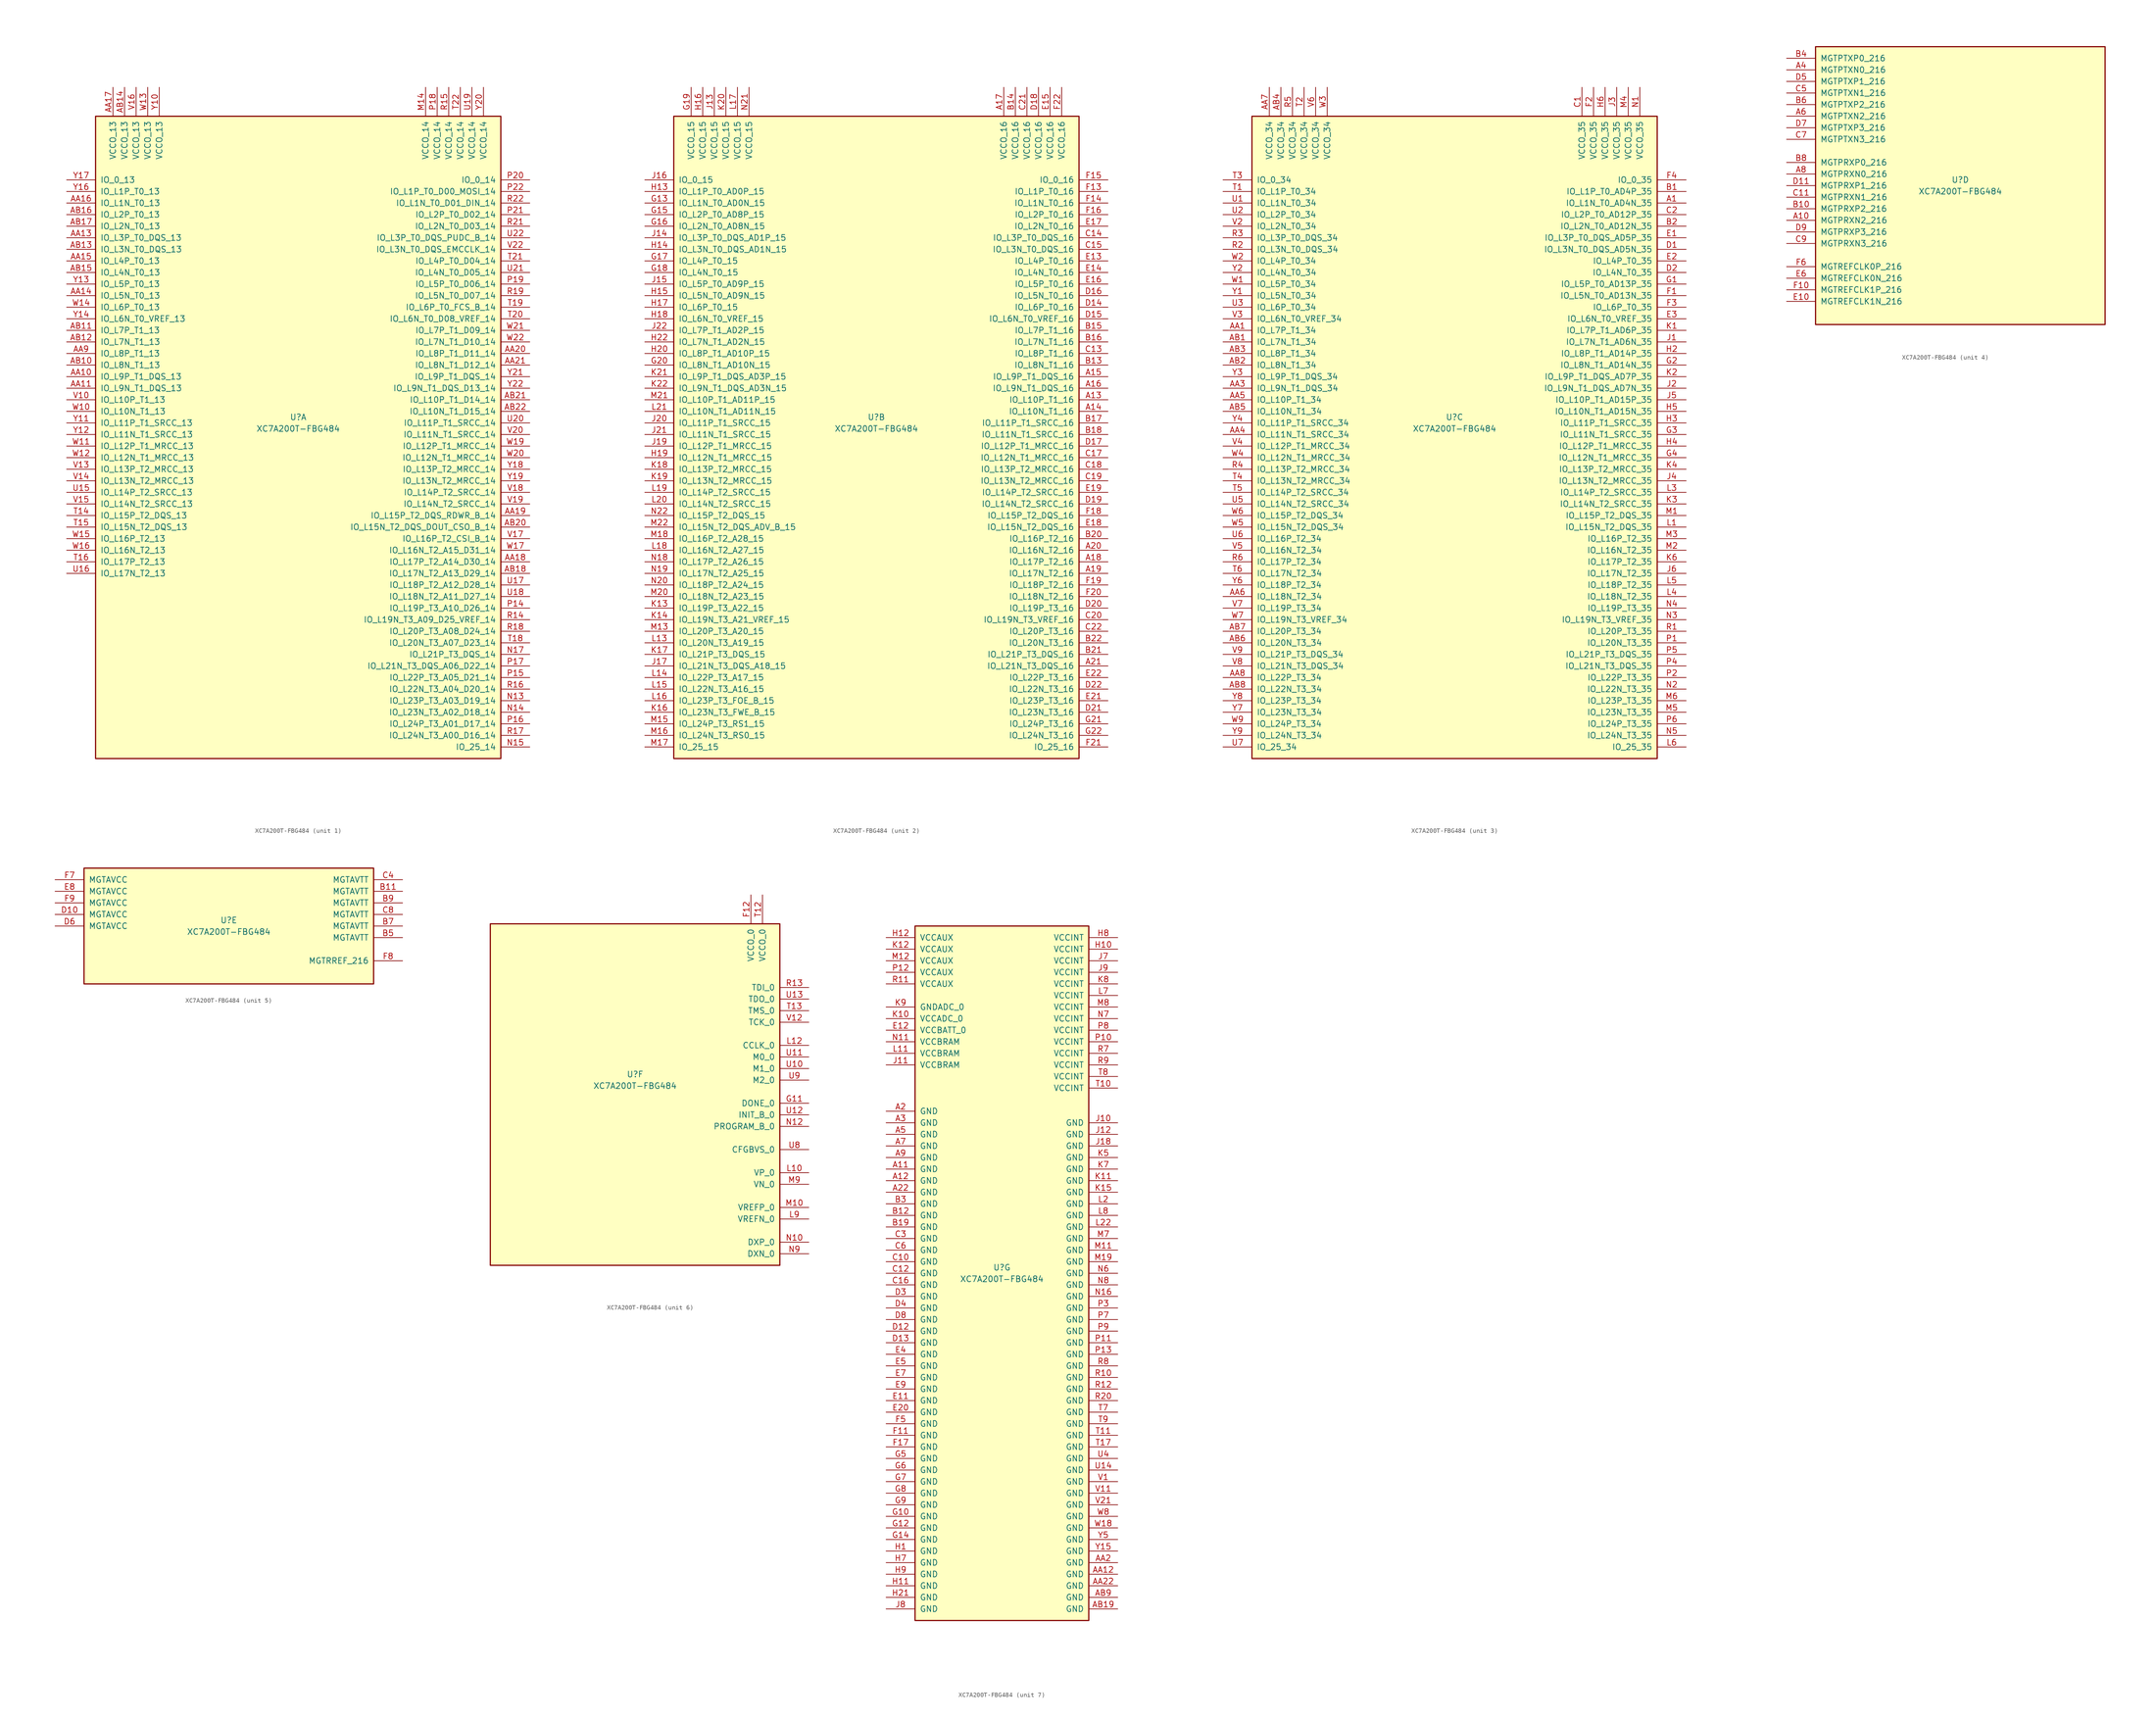
<source format=kicad_sym>
(kicad_symbol_lib
  (version 20211014)
  (generator kicad_symbol_editor)
  (symbol "XC7A200T-FBG484"
    (pin_names
      (offset 1.016))
    (property "Reference" "U"
      (at 0 1.27 0)
      (effects (font (size 1.27 1.27))))
    (property "Value" "XC7A200T-FBG484"
      (at 0 -1.27 0)
      (effects (font (size 1.27 1.27))))
    (property "Datasheet" ""
      (at 0 0 0)
      (effects (font (size 1.27 1.27))))
    (property "ki_locked" ""
      (at 0 0 0)
      (effects (font (size 1.27 1.27))))
    (symbol "XC7A200T-FBG484_1_1"
      (rectangle (start -44.45 67.31) (end 44.45 -73.66) (stroke (width 0.254) (type default) (color 0 0 0 0)) (fill (type background)))
      (pin bidirectional line (at -50.8 10.16 0) (length 6.35) (name "IO_L9P_T1_DQS_13" (effects (font (size 1.27 1.27)))) (number "AA10" (effects (font (size 1.27 1.27)))))
      (pin bidirectional line (at -50.8 7.62 0) (length 6.35) (name "IO_L9N_T1_DQS_13" (effects (font (size 1.27 1.27)))) (number "AA11" (effects (font (size 1.27 1.27)))))
      (pin bidirectional line (at -50.8 40.64 0) (length 6.35) (name "IO_L3P_T0_DQS_13" (effects (font (size 1.27 1.27)))) (number "AA13" (effects (font (size 1.27 1.27)))))
      (pin bidirectional line (at -50.8 27.94 0) (length 6.35) (name "IO_L5N_T0_13" (effects (font (size 1.27 1.27)))) (number "AA14" (effects (font (size 1.27 1.27)))))
      (pin bidirectional line (at -50.8 35.56 0) (length 6.35) (name "IO_L4P_T0_13" (effects (font (size 1.27 1.27)))) (number "AA15" (effects (font (size 1.27 1.27)))))
      (pin bidirectional line (at -50.8 48.26 0) (length 6.35) (name "IO_L1N_T0_13" (effects (font (size 1.27 1.27)))) (number "AA16" (effects (font (size 1.27 1.27)))))
      (pin power_in line (at -40.64 73.66 270) (length 6.35) (name "VCCO_13" (effects (font (size 1.27 1.27)))) (number "AA17" (effects (font (size 1.27 1.27)))))
      (pin bidirectional line (at 50.8 -30.48 180) (length 6.35) (name "IO_L17P_T2_A14_D30_14" (effects (font (size 1.27 1.27)))) (number "AA18" (effects (font (size 1.27 1.27)))))
      (pin bidirectional line (at 50.8 -20.32 180) (length 6.35) (name "IO_L15P_T2_DQS_RDWR_B_14" (effects (font (size 1.27 1.27)))) (number "AA19" (effects (font (size 1.27 1.27)))))
      (pin bidirectional line (at 50.8 15.24 180) (length 6.35) (name "IO_L8P_T1_D11_14" (effects (font (size 1.27 1.27)))) (number "AA20" (effects (font (size 1.27 1.27)))))
      (pin bidirectional line (at 50.8 12.7 180) (length 6.35) (name "IO_L8N_T1_D12_14" (effects (font (size 1.27 1.27)))) (number "AA21" (effects (font (size 1.27 1.27)))))
      (pin bidirectional line (at -50.8 15.24 0) (length 6.35) (name "IO_L8P_T1_13" (effects (font (size 1.27 1.27)))) (number "AA9" (effects (font (size 1.27 1.27)))))
      (pin bidirectional line (at -50.8 12.7 0) (length 6.35) (name "IO_L8N_T1_13" (effects (font (size 1.27 1.27)))) (number "AB10" (effects (font (size 1.27 1.27)))))
      (pin bidirectional line (at -50.8 20.32 0) (length 6.35) (name "IO_L7P_T1_13" (effects (font (size 1.27 1.27)))) (number "AB11" (effects (font (size 1.27 1.27)))))
      (pin bidirectional line (at -50.8 17.78 0) (length 6.35) (name "IO_L7N_T1_13" (effects (font (size 1.27 1.27)))) (number "AB12" (effects (font (size 1.27 1.27)))))
      (pin bidirectional line (at -50.8 38.1 0) (length 6.35) (name "IO_L3N_T0_DQS_13" (effects (font (size 1.27 1.27)))) (number "AB13" (effects (font (size 1.27 1.27)))))
      (pin power_in line (at -38.1 73.66 270) (length 6.35) (name "VCCO_13" (effects (font (size 1.27 1.27)))) (number "AB14" (effects (font (size 1.27 1.27)))))
      (pin bidirectional line (at -50.8 33.02 0) (length 6.35) (name "IO_L4N_T0_13" (effects (font (size 1.27 1.27)))) (number "AB15" (effects (font (size 1.27 1.27)))))
      (pin bidirectional line (at -50.8 45.72 0) (length 6.35) (name "IO_L2P_T0_13" (effects (font (size 1.27 1.27)))) (number "AB16" (effects (font (size 1.27 1.27)))))
      (pin bidirectional line (at -50.8 43.18 0) (length 6.35) (name "IO_L2N_T0_13" (effects (font (size 1.27 1.27)))) (number "AB17" (effects (font (size 1.27 1.27)))))
      (pin bidirectional line (at 50.8 -33.02 180) (length 6.35) (name "IO_L17N_T2_A13_D29_14" (effects (font (size 1.27 1.27)))) (number "AB18" (effects (font (size 1.27 1.27)))))
      (pin bidirectional line (at 50.8 -22.86 180) (length 6.35) (name "IO_L15N_T2_DQS_DOUT_CSO_B_14" (effects (font (size 1.27 1.27)))) (number "AB20" (effects (font (size 1.27 1.27)))))
      (pin bidirectional line (at 50.8 5.08 180) (length 6.35) (name "IO_L10P_T1_D14_14" (effects (font (size 1.27 1.27)))) (number "AB21" (effects (font (size 1.27 1.27)))))
      (pin bidirectional line (at 50.8 2.54 180) (length 6.35) (name "IO_L10N_T1_D15_14" (effects (font (size 1.27 1.27)))) (number "AB22" (effects (font (size 1.27 1.27)))))
      (pin power_in line (at 27.94 73.66 270) (length 6.35) (name "VCCO_14" (effects (font (size 1.27 1.27)))) (number "M14" (effects (font (size 1.27 1.27)))))
      (pin bidirectional line (at 50.8 -60.96 180) (length 6.35) (name "IO_L23P_T3_A03_D19_14" (effects (font (size 1.27 1.27)))) (number "N13" (effects (font (size 1.27 1.27)))))
      (pin bidirectional line (at 50.8 -63.5 180) (length 6.35) (name "IO_L23N_T3_A02_D18_14" (effects (font (size 1.27 1.27)))) (number "N14" (effects (font (size 1.27 1.27)))))
      (pin bidirectional line (at 50.8 -71.12 180) (length 6.35) (name "IO_25_14" (effects (font (size 1.27 1.27)))) (number "N15" (effects (font (size 1.27 1.27)))))
      (pin bidirectional line (at 50.8 -50.8 180) (length 6.35) (name "IO_L21P_T3_DQS_14" (effects (font (size 1.27 1.27)))) (number "N17" (effects (font (size 1.27 1.27)))))
      (pin bidirectional line (at 50.8 -40.64 180) (length 6.35) (name "IO_L19P_T3_A10_D26_14" (effects (font (size 1.27 1.27)))) (number "P14" (effects (font (size 1.27 1.27)))))
      (pin bidirectional line (at 50.8 -55.88 180) (length 6.35) (name "IO_L22P_T3_A05_D21_14" (effects (font (size 1.27 1.27)))) (number "P15" (effects (font (size 1.27 1.27)))))
      (pin bidirectional line (at 50.8 -66.04 180) (length 6.35) (name "IO_L24P_T3_A01_D17_14" (effects (font (size 1.27 1.27)))) (number "P16" (effects (font (size 1.27 1.27)))))
      (pin bidirectional line (at 50.8 -53.34 180) (length 6.35) (name "IO_L21N_T3_DQS_A06_D22_14" (effects (font (size 1.27 1.27)))) (number "P17" (effects (font (size 1.27 1.27)))))
      (pin power_in line (at 30.48 73.66 270) (length 6.35) (name "VCCO_14" (effects (font (size 1.27 1.27)))) (number "P18" (effects (font (size 1.27 1.27)))))
      (pin bidirectional line (at 50.8 30.48 180) (length 6.35) (name "IO_L5P_T0_D06_14" (effects (font (size 1.27 1.27)))) (number "P19" (effects (font (size 1.27 1.27)))))
      (pin bidirectional line (at 50.8 53.34 180) (length 6.35) (name "IO_0_14" (effects (font (size 1.27 1.27)))) (number "P20" (effects (font (size 1.27 1.27)))))
      (pin bidirectional line (at 50.8 45.72 180) (length 6.35) (name "IO_L2P_T0_D02_14" (effects (font (size 1.27 1.27)))) (number "P21" (effects (font (size 1.27 1.27)))))
      (pin bidirectional line (at 50.8 50.8 180) (length 6.35) (name "IO_L1P_T0_D00_MOSI_14" (effects (font (size 1.27 1.27)))) (number "P22" (effects (font (size 1.27 1.27)))))
      (pin bidirectional line (at 50.8 -43.18 180) (length 6.35) (name "IO_L19N_T3_A09_D25_VREF_14" (effects (font (size 1.27 1.27)))) (number "R14" (effects (font (size 1.27 1.27)))))
      (pin power_in line (at 33.02 73.66 270) (length 6.35) (name "VCCO_14" (effects (font (size 1.27 1.27)))) (number "R15" (effects (font (size 1.27 1.27)))))
      (pin bidirectional line (at 50.8 -58.42 180) (length 6.35) (name "IO_L22N_T3_A04_D20_14" (effects (font (size 1.27 1.27)))) (number "R16" (effects (font (size 1.27 1.27)))))
      (pin bidirectional line (at 50.8 -68.58 180) (length 6.35) (name "IO_L24N_T3_A00_D16_14" (effects (font (size 1.27 1.27)))) (number "R17" (effects (font (size 1.27 1.27)))))
      (pin bidirectional line (at 50.8 -45.72 180) (length 6.35) (name "IO_L20P_T3_A08_D24_14" (effects (font (size 1.27 1.27)))) (number "R18" (effects (font (size 1.27 1.27)))))
      (pin bidirectional line (at 50.8 27.94 180) (length 6.35) (name "IO_L5N_T0_D07_14" (effects (font (size 1.27 1.27)))) (number "R19" (effects (font (size 1.27 1.27)))))
      (pin bidirectional line (at 50.8 43.18 180) (length 6.35) (name "IO_L2N_T0_D03_14" (effects (font (size 1.27 1.27)))) (number "R21" (effects (font (size 1.27 1.27)))))
      (pin bidirectional line (at 50.8 48.26 180) (length 6.35) (name "IO_L1N_T0_D01_DIN_14" (effects (font (size 1.27 1.27)))) (number "R22" (effects (font (size 1.27 1.27)))))
      (pin bidirectional line (at -50.8 -20.32 0) (length 6.35) (name "IO_L15P_T2_DQS_13" (effects (font (size 1.27 1.27)))) (number "T14" (effects (font (size 1.27 1.27)))))
      (pin bidirectional line (at -50.8 -22.86 0) (length 6.35) (name "IO_L15N_T2_DQS_13" (effects (font (size 1.27 1.27)))) (number "T15" (effects (font (size 1.27 1.27)))))
      (pin bidirectional line (at -50.8 -30.48 0) (length 6.35) (name "IO_L17P_T2_13" (effects (font (size 1.27 1.27)))) (number "T16" (effects (font (size 1.27 1.27)))))
      (pin bidirectional line (at 50.8 -48.26 180) (length 6.35) (name "IO_L20N_T3_A07_D23_14" (effects (font (size 1.27 1.27)))) (number "T18" (effects (font (size 1.27 1.27)))))
      (pin bidirectional line (at 50.8 25.4 180) (length 6.35) (name "IO_L6P_T0_FCS_B_14" (effects (font (size 1.27 1.27)))) (number "T19" (effects (font (size 1.27 1.27)))))
      (pin bidirectional line (at 50.8 22.86 180) (length 6.35) (name "IO_L6N_T0_D08_VREF_14" (effects (font (size 1.27 1.27)))) (number "T20" (effects (font (size 1.27 1.27)))))
      (pin bidirectional line (at 50.8 35.56 180) (length 6.35) (name "IO_L4P_T0_D04_14" (effects (font (size 1.27 1.27)))) (number "T21" (effects (font (size 1.27 1.27)))))
      (pin power_in line (at 35.56 73.66 270) (length 6.35) (name "VCCO_14" (effects (font (size 1.27 1.27)))) (number "T22" (effects (font (size 1.27 1.27)))))
      (pin bidirectional line (at -50.8 -15.24 0) (length 6.35) (name "IO_L14P_T2_SRCC_13" (effects (font (size 1.27 1.27)))) (number "U15" (effects (font (size 1.27 1.27)))))
      (pin bidirectional line (at -50.8 -33.02 0) (length 6.35) (name "IO_L17N_T2_13" (effects (font (size 1.27 1.27)))) (number "U16" (effects (font (size 1.27 1.27)))))
      (pin bidirectional line (at 50.8 -35.56 180) (length 6.35) (name "IO_L18P_T2_A12_D28_14" (effects (font (size 1.27 1.27)))) (number "U17" (effects (font (size 1.27 1.27)))))
      (pin bidirectional line (at 50.8 -38.1 180) (length 6.35) (name "IO_L18N_T2_A11_D27_14" (effects (font (size 1.27 1.27)))) (number "U18" (effects (font (size 1.27 1.27)))))
      (pin power_in line (at 38.1 73.66 270) (length 6.35) (name "VCCO_14" (effects (font (size 1.27 1.27)))) (number "U19" (effects (font (size 1.27 1.27)))))
      (pin bidirectional line (at 50.8 0 180) (length 6.35) (name "IO_L11P_T1_SRCC_14" (effects (font (size 1.27 1.27)))) (number "U20" (effects (font (size 1.27 1.27)))))
      (pin bidirectional line (at 50.8 33.02 180) (length 6.35) (name "IO_L4N_T0_D05_14" (effects (font (size 1.27 1.27)))) (number "U21" (effects (font (size 1.27 1.27)))))
      (pin bidirectional line (at 50.8 40.64 180) (length 6.35) (name "IO_L3P_T0_DQS_PUDC_B_14" (effects (font (size 1.27 1.27)))) (number "U22" (effects (font (size 1.27 1.27)))))
      (pin bidirectional line (at -50.8 5.08 0) (length 6.35) (name "IO_L10P_T1_13" (effects (font (size 1.27 1.27)))) (number "V10" (effects (font (size 1.27 1.27)))))
      (pin bidirectional line (at -50.8 -10.16 0) (length 6.35) (name "IO_L13P_T2_MRCC_13" (effects (font (size 1.27 1.27)))) (number "V13" (effects (font (size 1.27 1.27)))))
      (pin bidirectional line (at -50.8 -12.7 0) (length 6.35) (name "IO_L13N_T2_MRCC_13" (effects (font (size 1.27 1.27)))) (number "V14" (effects (font (size 1.27 1.27)))))
      (pin bidirectional line (at -50.8 -17.78 0) (length 6.35) (name "IO_L14N_T2_SRCC_13" (effects (font (size 1.27 1.27)))) (number "V15" (effects (font (size 1.27 1.27)))))
      (pin power_in line (at -35.56 73.66 270) (length 6.35) (name "VCCO_13" (effects (font (size 1.27 1.27)))) (number "V16" (effects (font (size 1.27 1.27)))))
      (pin bidirectional line (at 50.8 -25.4 180) (length 6.35) (name "IO_L16P_T2_CSI_B_14" (effects (font (size 1.27 1.27)))) (number "V17" (effects (font (size 1.27 1.27)))))
      (pin bidirectional line (at 50.8 -15.24 180) (length 6.35) (name "IO_L14P_T2_SRCC_14" (effects (font (size 1.27 1.27)))) (number "V18" (effects (font (size 1.27 1.27)))))
      (pin bidirectional line (at 50.8 -17.78 180) (length 6.35) (name "IO_L14N_T2_SRCC_14" (effects (font (size 1.27 1.27)))) (number "V19" (effects (font (size 1.27 1.27)))))
      (pin bidirectional line (at 50.8 -2.54 180) (length 6.35) (name "IO_L11N_T1_SRCC_14" (effects (font (size 1.27 1.27)))) (number "V20" (effects (font (size 1.27 1.27)))))
      (pin bidirectional line (at 50.8 38.1 180) (length 6.35) (name "IO_L3N_T0_DQS_EMCCLK_14" (effects (font (size 1.27 1.27)))) (number "V22" (effects (font (size 1.27 1.27)))))
      (pin bidirectional line (at -50.8 2.54 0) (length 6.35) (name "IO_L10N_T1_13" (effects (font (size 1.27 1.27)))) (number "W10" (effects (font (size 1.27 1.27)))))
      (pin bidirectional line (at -50.8 -5.08 0) (length 6.35) (name "IO_L12P_T1_MRCC_13" (effects (font (size 1.27 1.27)))) (number "W11" (effects (font (size 1.27 1.27)))))
      (pin bidirectional line (at -50.8 -7.62 0) (length 6.35) (name "IO_L12N_T1_MRCC_13" (effects (font (size 1.27 1.27)))) (number "W12" (effects (font (size 1.27 1.27)))))
      (pin power_in line (at -33.02 73.66 270) (length 6.35) (name "VCCO_13" (effects (font (size 1.27 1.27)))) (number "W13" (effects (font (size 1.27 1.27)))))
      (pin bidirectional line (at -50.8 25.4 0) (length 6.35) (name "IO_L6P_T0_13" (effects (font (size 1.27 1.27)))) (number "W14" (effects (font (size 1.27 1.27)))))
      (pin bidirectional line (at -50.8 -25.4 0) (length 6.35) (name "IO_L16P_T2_13" (effects (font (size 1.27 1.27)))) (number "W15" (effects (font (size 1.27 1.27)))))
      (pin bidirectional line (at -50.8 -27.94 0) (length 6.35) (name "IO_L16N_T2_13" (effects (font (size 1.27 1.27)))) (number "W16" (effects (font (size 1.27 1.27)))))
      (pin bidirectional line (at 50.8 -27.94 180) (length 6.35) (name "IO_L16N_T2_A15_D31_14" (effects (font (size 1.27 1.27)))) (number "W17" (effects (font (size 1.27 1.27)))))
      (pin bidirectional line (at 50.8 -5.08 180) (length 6.35) (name "IO_L12P_T1_MRCC_14" (effects (font (size 1.27 1.27)))) (number "W19" (effects (font (size 1.27 1.27)))))
      (pin bidirectional line (at 50.8 -7.62 180) (length 6.35) (name "IO_L12N_T1_MRCC_14" (effects (font (size 1.27 1.27)))) (number "W20" (effects (font (size 1.27 1.27)))))
      (pin bidirectional line (at 50.8 20.32 180) (length 6.35) (name "IO_L7P_T1_D09_14" (effects (font (size 1.27 1.27)))) (number "W21" (effects (font (size 1.27 1.27)))))
      (pin bidirectional line (at 50.8 17.78 180) (length 6.35) (name "IO_L7N_T1_D10_14" (effects (font (size 1.27 1.27)))) (number "W22" (effects (font (size 1.27 1.27)))))
      (pin power_in line (at -30.48 73.66 270) (length 6.35) (name "VCCO_13" (effects (font (size 1.27 1.27)))) (number "Y10" (effects (font (size 1.27 1.27)))))
      (pin bidirectional line (at -50.8 0 0) (length 6.35) (name "IO_L11P_T1_SRCC_13" (effects (font (size 1.27 1.27)))) (number "Y11" (effects (font (size 1.27 1.27)))))
      (pin bidirectional line (at -50.8 -2.54 0) (length 6.35) (name "IO_L11N_T1_SRCC_13" (effects (font (size 1.27 1.27)))) (number "Y12" (effects (font (size 1.27 1.27)))))
      (pin bidirectional line (at -50.8 30.48 0) (length 6.35) (name "IO_L5P_T0_13" (effects (font (size 1.27 1.27)))) (number "Y13" (effects (font (size 1.27 1.27)))))
      (pin bidirectional line (at -50.8 22.86 0) (length 6.35) (name "IO_L6N_T0_VREF_13" (effects (font (size 1.27 1.27)))) (number "Y14" (effects (font (size 1.27 1.27)))))
      (pin bidirectional line (at -50.8 50.8 0) (length 6.35) (name "IO_L1P_T0_13" (effects (font (size 1.27 1.27)))) (number "Y16" (effects (font (size 1.27 1.27)))))
      (pin bidirectional line (at -50.8 53.34 0) (length 6.35) (name "IO_0_13" (effects (font (size 1.27 1.27)))) (number "Y17" (effects (font (size 1.27 1.27)))))
      (pin bidirectional line (at 50.8 -10.16 180) (length 6.35) (name "IO_L13P_T2_MRCC_14" (effects (font (size 1.27 1.27)))) (number "Y18" (effects (font (size 1.27 1.27)))))
      (pin bidirectional line (at 50.8 -12.7 180) (length 6.35) (name "IO_L13N_T2_MRCC_14" (effects (font (size 1.27 1.27)))) (number "Y19" (effects (font (size 1.27 1.27)))))
      (pin power_in line (at 40.64 73.66 270) (length 6.35) (name "VCCO_14" (effects (font (size 1.27 1.27)))) (number "Y20" (effects (font (size 1.27 1.27)))))
      (pin bidirectional line (at 50.8 10.16 180) (length 6.35) (name "IO_L9P_T1_DQS_14" (effects (font (size 1.27 1.27)))) (number "Y21" (effects (font (size 1.27 1.27)))))
      (pin bidirectional line (at 50.8 7.62 180) (length 6.35) (name "IO_L9N_T1_DQS_D13_14" (effects (font (size 1.27 1.27)))) (number "Y22" (effects (font (size 1.27 1.27))))))
    (symbol "XC7A200T-FBG484_2_1"
      (rectangle (start -44.45 67.31) (end 44.45 -73.66) (stroke (width 0.254) (type default) (color 0 0 0 0)) (fill (type background)))
      (pin bidirectional line (at 50.8 5.08 180) (length 6.35) (name "IO_L10P_T1_16" (effects (font (size 1.27 1.27)))) (number "A13" (effects (font (size 1.27 1.27)))))
      (pin bidirectional line (at 50.8 2.54 180) (length 6.35) (name "IO_L10N_T1_16" (effects (font (size 1.27 1.27)))) (number "A14" (effects (font (size 1.27 1.27)))))
      (pin bidirectional line (at 50.8 10.16 180) (length 6.35) (name "IO_L9P_T1_DQS_16" (effects (font (size 1.27 1.27)))) (number "A15" (effects (font (size 1.27 1.27)))))
      (pin bidirectional line (at 50.8 7.62 180) (length 6.35) (name "IO_L9N_T1_DQS_16" (effects (font (size 1.27 1.27)))) (number "A16" (effects (font (size 1.27 1.27)))))
      (pin power_in line (at 27.94 73.66 270) (length 6.35) (name "VCCO_16" (effects (font (size 1.27 1.27)))) (number "A17" (effects (font (size 1.27 1.27)))))
      (pin bidirectional line (at 50.8 -30.48 180) (length 6.35) (name "IO_L17P_T2_16" (effects (font (size 1.27 1.27)))) (number "A18" (effects (font (size 1.27 1.27)))))
      (pin bidirectional line (at 50.8 -33.02 180) (length 6.35) (name "IO_L17N_T2_16" (effects (font (size 1.27 1.27)))) (number "A19" (effects (font (size 1.27 1.27)))))
      (pin bidirectional line (at 50.8 -27.94 180) (length 6.35) (name "IO_L16N_T2_16" (effects (font (size 1.27 1.27)))) (number "A20" (effects (font (size 1.27 1.27)))))
      (pin bidirectional line (at 50.8 -53.34 180) (length 6.35) (name "IO_L21N_T3_DQS_16" (effects (font (size 1.27 1.27)))) (number "A21" (effects (font (size 1.27 1.27)))))
      (pin bidirectional line (at 50.8 12.7 180) (length 6.35) (name "IO_L8N_T1_16" (effects (font (size 1.27 1.27)))) (number "B13" (effects (font (size 1.27 1.27)))))
      (pin power_in line (at 30.48 73.66 270) (length 6.35) (name "VCCO_16" (effects (font (size 1.27 1.27)))) (number "B14" (effects (font (size 1.27 1.27)))))
      (pin bidirectional line (at 50.8 20.32 180) (length 6.35) (name "IO_L7P_T1_16" (effects (font (size 1.27 1.27)))) (number "B15" (effects (font (size 1.27 1.27)))))
      (pin bidirectional line (at 50.8 17.78 180) (length 6.35) (name "IO_L7N_T1_16" (effects (font (size 1.27 1.27)))) (number "B16" (effects (font (size 1.27 1.27)))))
      (pin bidirectional line (at 50.8 0 180) (length 6.35) (name "IO_L11P_T1_SRCC_16" (effects (font (size 1.27 1.27)))) (number "B17" (effects (font (size 1.27 1.27)))))
      (pin bidirectional line (at 50.8 -2.54 180) (length 6.35) (name "IO_L11N_T1_SRCC_16" (effects (font (size 1.27 1.27)))) (number "B18" (effects (font (size 1.27 1.27)))))
      (pin bidirectional line (at 50.8 -25.4 180) (length 6.35) (name "IO_L16P_T2_16" (effects (font (size 1.27 1.27)))) (number "B20" (effects (font (size 1.27 1.27)))))
      (pin bidirectional line (at 50.8 -50.8 180) (length 6.35) (name "IO_L21P_T3_DQS_16" (effects (font (size 1.27 1.27)))) (number "B21" (effects (font (size 1.27 1.27)))))
      (pin bidirectional line (at 50.8 -48.26 180) (length 6.35) (name "IO_L20N_T3_16" (effects (font (size 1.27 1.27)))) (number "B22" (effects (font (size 1.27 1.27)))))
      (pin bidirectional line (at 50.8 15.24 180) (length 6.35) (name "IO_L8P_T1_16" (effects (font (size 1.27 1.27)))) (number "C13" (effects (font (size 1.27 1.27)))))
      (pin bidirectional line (at 50.8 40.64 180) (length 6.35) (name "IO_L3P_T0_DQS_16" (effects (font (size 1.27 1.27)))) (number "C14" (effects (font (size 1.27 1.27)))))
      (pin bidirectional line (at 50.8 38.1 180) (length 6.35) (name "IO_L3N_T0_DQS_16" (effects (font (size 1.27 1.27)))) (number "C15" (effects (font (size 1.27 1.27)))))
      (pin bidirectional line (at 50.8 -7.62 180) (length 6.35) (name "IO_L12N_T1_MRCC_16" (effects (font (size 1.27 1.27)))) (number "C17" (effects (font (size 1.27 1.27)))))
      (pin bidirectional line (at 50.8 -10.16 180) (length 6.35) (name "IO_L13P_T2_MRCC_16" (effects (font (size 1.27 1.27)))) (number "C18" (effects (font (size 1.27 1.27)))))
      (pin bidirectional line (at 50.8 -12.7 180) (length 6.35) (name "IO_L13N_T2_MRCC_16" (effects (font (size 1.27 1.27)))) (number "C19" (effects (font (size 1.27 1.27)))))
      (pin bidirectional line (at 50.8 -43.18 180) (length 6.35) (name "IO_L19N_T3_VREF_16" (effects (font (size 1.27 1.27)))) (number "C20" (effects (font (size 1.27 1.27)))))
      (pin power_in line (at 33.02 73.66 270) (length 6.35) (name "VCCO_16" (effects (font (size 1.27 1.27)))) (number "C21" (effects (font (size 1.27 1.27)))))
      (pin bidirectional line (at 50.8 -45.72 180) (length 6.35) (name "IO_L20P_T3_16" (effects (font (size 1.27 1.27)))) (number "C22" (effects (font (size 1.27 1.27)))))
      (pin bidirectional line (at 50.8 25.4 180) (length 6.35) (name "IO_L6P_T0_16" (effects (font (size 1.27 1.27)))) (number "D14" (effects (font (size 1.27 1.27)))))
      (pin bidirectional line (at 50.8 22.86 180) (length 6.35) (name "IO_L6N_T0_VREF_16" (effects (font (size 1.27 1.27)))) (number "D15" (effects (font (size 1.27 1.27)))))
      (pin bidirectional line (at 50.8 27.94 180) (length 6.35) (name "IO_L5N_T0_16" (effects (font (size 1.27 1.27)))) (number "D16" (effects (font (size 1.27 1.27)))))
      (pin bidirectional line (at 50.8 -5.08 180) (length 6.35) (name "IO_L12P_T1_MRCC_16" (effects (font (size 1.27 1.27)))) (number "D17" (effects (font (size 1.27 1.27)))))
      (pin power_in line (at 35.56 73.66 270) (length 6.35) (name "VCCO_16" (effects (font (size 1.27 1.27)))) (number "D18" (effects (font (size 1.27 1.27)))))
      (pin bidirectional line (at 50.8 -17.78 180) (length 6.35) (name "IO_L14N_T2_SRCC_16" (effects (font (size 1.27 1.27)))) (number "D19" (effects (font (size 1.27 1.27)))))
      (pin bidirectional line (at 50.8 -40.64 180) (length 6.35) (name "IO_L19P_T3_16" (effects (font (size 1.27 1.27)))) (number "D20" (effects (font (size 1.27 1.27)))))
      (pin bidirectional line (at 50.8 -63.5 180) (length 6.35) (name "IO_L23N_T3_16" (effects (font (size 1.27 1.27)))) (number "D21" (effects (font (size 1.27 1.27)))))
      (pin bidirectional line (at 50.8 -58.42 180) (length 6.35) (name "IO_L22N_T3_16" (effects (font (size 1.27 1.27)))) (number "D22" (effects (font (size 1.27 1.27)))))
      (pin bidirectional line (at 50.8 35.56 180) (length 6.35) (name "IO_L4P_T0_16" (effects (font (size 1.27 1.27)))) (number "E13" (effects (font (size 1.27 1.27)))))
      (pin bidirectional line (at 50.8 33.02 180) (length 6.35) (name "IO_L4N_T0_16" (effects (font (size 1.27 1.27)))) (number "E14" (effects (font (size 1.27 1.27)))))
      (pin power_in line (at 38.1 73.66 270) (length 6.35) (name "VCCO_16" (effects (font (size 1.27 1.27)))) (number "E15" (effects (font (size 1.27 1.27)))))
      (pin bidirectional line (at 50.8 30.48 180) (length 6.35) (name "IO_L5P_T0_16" (effects (font (size 1.27 1.27)))) (number "E16" (effects (font (size 1.27 1.27)))))
      (pin bidirectional line (at 50.8 43.18 180) (length 6.35) (name "IO_L2N_T0_16" (effects (font (size 1.27 1.27)))) (number "E17" (effects (font (size 1.27 1.27)))))
      (pin bidirectional line (at 50.8 -22.86 180) (length 6.35) (name "IO_L15N_T2_DQS_16" (effects (font (size 1.27 1.27)))) (number "E18" (effects (font (size 1.27 1.27)))))
      (pin bidirectional line (at 50.8 -15.24 180) (length 6.35) (name "IO_L14P_T2_SRCC_16" (effects (font (size 1.27 1.27)))) (number "E19" (effects (font (size 1.27 1.27)))))
      (pin bidirectional line (at 50.8 -60.96 180) (length 6.35) (name "IO_L23P_T3_16" (effects (font (size 1.27 1.27)))) (number "E21" (effects (font (size 1.27 1.27)))))
      (pin bidirectional line (at 50.8 -55.88 180) (length 6.35) (name "IO_L22P_T3_16" (effects (font (size 1.27 1.27)))) (number "E22" (effects (font (size 1.27 1.27)))))
      (pin bidirectional line (at 50.8 50.8 180) (length 6.35) (name "IO_L1P_T0_16" (effects (font (size 1.27 1.27)))) (number "F13" (effects (font (size 1.27 1.27)))))
      (pin bidirectional line (at 50.8 48.26 180) (length 6.35) (name "IO_L1N_T0_16" (effects (font (size 1.27 1.27)))) (number "F14" (effects (font (size 1.27 1.27)))))
      (pin bidirectional line (at 50.8 53.34 180) (length 6.35) (name "IO_0_16" (effects (font (size 1.27 1.27)))) (number "F15" (effects (font (size 1.27 1.27)))))
      (pin bidirectional line (at 50.8 45.72 180) (length 6.35) (name "IO_L2P_T0_16" (effects (font (size 1.27 1.27)))) (number "F16" (effects (font (size 1.27 1.27)))))
      (pin bidirectional line (at 50.8 -20.32 180) (length 6.35) (name "IO_L15P_T2_DQS_16" (effects (font (size 1.27 1.27)))) (number "F18" (effects (font (size 1.27 1.27)))))
      (pin bidirectional line (at 50.8 -35.56 180) (length 6.35) (name "IO_L18P_T2_16" (effects (font (size 1.27 1.27)))) (number "F19" (effects (font (size 1.27 1.27)))))
      (pin bidirectional line (at 50.8 -38.1 180) (length 6.35) (name "IO_L18N_T2_16" (effects (font (size 1.27 1.27)))) (number "F20" (effects (font (size 1.27 1.27)))))
      (pin bidirectional line (at 50.8 -71.12 180) (length 6.35) (name "IO_25_16" (effects (font (size 1.27 1.27)))) (number "F21" (effects (font (size 1.27 1.27)))))
      (pin power_in line (at 40.64 73.66 270) (length 6.35) (name "VCCO_16" (effects (font (size 1.27 1.27)))) (number "F22" (effects (font (size 1.27 1.27)))))
      (pin bidirectional line (at -50.8 48.26 0) (length 6.35) (name "IO_L1N_T0_AD0N_15" (effects (font (size 1.27 1.27)))) (number "G13" (effects (font (size 1.27 1.27)))))
      (pin bidirectional line (at -50.8 45.72 0) (length 6.35) (name "IO_L2P_T0_AD8P_15" (effects (font (size 1.27 1.27)))) (number "G15" (effects (font (size 1.27 1.27)))))
      (pin bidirectional line (at -50.8 43.18 0) (length 6.35) (name "IO_L2N_T0_AD8N_15" (effects (font (size 1.27 1.27)))) (number "G16" (effects (font (size 1.27 1.27)))))
      (pin bidirectional line (at -50.8 35.56 0) (length 6.35) (name "IO_L4P_T0_15" (effects (font (size 1.27 1.27)))) (number "G17" (effects (font (size 1.27 1.27)))))
      (pin bidirectional line (at -50.8 33.02 0) (length 6.35) (name "IO_L4N_T0_15" (effects (font (size 1.27 1.27)))) (number "G18" (effects (font (size 1.27 1.27)))))
      (pin power_in line (at -40.64 73.66 270) (length 6.35) (name "VCCO_15" (effects (font (size 1.27 1.27)))) (number "G19" (effects (font (size 1.27 1.27)))))
      (pin bidirectional line (at -50.8 12.7 0) (length 6.35) (name "IO_L8N_T1_AD10N_15" (effects (font (size 1.27 1.27)))) (number "G20" (effects (font (size 1.27 1.27)))))
      (pin bidirectional line (at 50.8 -66.04 180) (length 6.35) (name "IO_L24P_T3_16" (effects (font (size 1.27 1.27)))) (number "G21" (effects (font (size 1.27 1.27)))))
      (pin bidirectional line (at 50.8 -68.58 180) (length 6.35) (name "IO_L24N_T3_16" (effects (font (size 1.27 1.27)))) (number "G22" (effects (font (size 1.27 1.27)))))
      (pin bidirectional line (at -50.8 50.8 0) (length 6.35) (name "IO_L1P_T0_AD0P_15" (effects (font (size 1.27 1.27)))) (number "H13" (effects (font (size 1.27 1.27)))))
      (pin bidirectional line (at -50.8 38.1 0) (length 6.35) (name "IO_L3N_T0_DQS_AD1N_15" (effects (font (size 1.27 1.27)))) (number "H14" (effects (font (size 1.27 1.27)))))
      (pin bidirectional line (at -50.8 27.94 0) (length 6.35) (name "IO_L5N_T0_AD9N_15" (effects (font (size 1.27 1.27)))) (number "H15" (effects (font (size 1.27 1.27)))))
      (pin power_in line (at -38.1 73.66 270) (length 6.35) (name "VCCO_15" (effects (font (size 1.27 1.27)))) (number "H16" (effects (font (size 1.27 1.27)))))
      (pin bidirectional line (at -50.8 25.4 0) (length 6.35) (name "IO_L6P_T0_15" (effects (font (size 1.27 1.27)))) (number "H17" (effects (font (size 1.27 1.27)))))
      (pin bidirectional line (at -50.8 22.86 0) (length 6.35) (name "IO_L6N_T0_VREF_15" (effects (font (size 1.27 1.27)))) (number "H18" (effects (font (size 1.27 1.27)))))
      (pin bidirectional line (at -50.8 -7.62 0) (length 6.35) (name "IO_L12N_T1_MRCC_15" (effects (font (size 1.27 1.27)))) (number "H19" (effects (font (size 1.27 1.27)))))
      (pin bidirectional line (at -50.8 15.24 0) (length 6.35) (name "IO_L8P_T1_AD10P_15" (effects (font (size 1.27 1.27)))) (number "H20" (effects (font (size 1.27 1.27)))))
      (pin bidirectional line (at -50.8 17.78 0) (length 6.35) (name "IO_L7N_T1_AD2N_15" (effects (font (size 1.27 1.27)))) (number "H22" (effects (font (size 1.27 1.27)))))
      (pin power_in line (at -35.56 73.66 270) (length 6.35) (name "VCCO_15" (effects (font (size 1.27 1.27)))) (number "J13" (effects (font (size 1.27 1.27)))))
      (pin bidirectional line (at -50.8 40.64 0) (length 6.35) (name "IO_L3P_T0_DQS_AD1P_15" (effects (font (size 1.27 1.27)))) (number "J14" (effects (font (size 1.27 1.27)))))
      (pin bidirectional line (at -50.8 30.48 0) (length 6.35) (name "IO_L5P_T0_AD9P_15" (effects (font (size 1.27 1.27)))) (number "J15" (effects (font (size 1.27 1.27)))))
      (pin bidirectional line (at -50.8 53.34 0) (length 6.35) (name "IO_0_15" (effects (font (size 1.27 1.27)))) (number "J16" (effects (font (size 1.27 1.27)))))
      (pin bidirectional line (at -50.8 -53.34 0) (length 6.35) (name "IO_L21N_T3_DQS_A18_15" (effects (font (size 1.27 1.27)))) (number "J17" (effects (font (size 1.27 1.27)))))
      (pin bidirectional line (at -50.8 -5.08 0) (length 6.35) (name "IO_L12P_T1_MRCC_15" (effects (font (size 1.27 1.27)))) (number "J19" (effects (font (size 1.27 1.27)))))
      (pin bidirectional line (at -50.8 0 0) (length 6.35) (name "IO_L11P_T1_SRCC_15" (effects (font (size 1.27 1.27)))) (number "J20" (effects (font (size 1.27 1.27)))))
      (pin bidirectional line (at -50.8 -2.54 0) (length 6.35) (name "IO_L11N_T1_SRCC_15" (effects (font (size 1.27 1.27)))) (number "J21" (effects (font (size 1.27 1.27)))))
      (pin bidirectional line (at -50.8 20.32 0) (length 6.35) (name "IO_L7P_T1_AD2P_15" (effects (font (size 1.27 1.27)))) (number "J22" (effects (font (size 1.27 1.27)))))
      (pin bidirectional line (at -50.8 -40.64 0) (length 6.35) (name "IO_L19P_T3_A22_15" (effects (font (size 1.27 1.27)))) (number "K13" (effects (font (size 1.27 1.27)))))
      (pin bidirectional line (at -50.8 -43.18 0) (length 6.35) (name "IO_L19N_T3_A21_VREF_15" (effects (font (size 1.27 1.27)))) (number "K14" (effects (font (size 1.27 1.27)))))
      (pin bidirectional line (at -50.8 -63.5 0) (length 6.35) (name "IO_L23N_T3_FWE_B_15" (effects (font (size 1.27 1.27)))) (number "K16" (effects (font (size 1.27 1.27)))))
      (pin bidirectional line (at -50.8 -50.8 0) (length 6.35) (name "IO_L21P_T3_DQS_15" (effects (font (size 1.27 1.27)))) (number "K17" (effects (font (size 1.27 1.27)))))
      (pin bidirectional line (at -50.8 -10.16 0) (length 6.35) (name "IO_L13P_T2_MRCC_15" (effects (font (size 1.27 1.27)))) (number "K18" (effects (font (size 1.27 1.27)))))
      (pin bidirectional line (at -50.8 -12.7 0) (length 6.35) (name "IO_L13N_T2_MRCC_15" (effects (font (size 1.27 1.27)))) (number "K19" (effects (font (size 1.27 1.27)))))
      (pin power_in line (at -33.02 73.66 270) (length 6.35) (name "VCCO_15" (effects (font (size 1.27 1.27)))) (number "K20" (effects (font (size 1.27 1.27)))))
      (pin bidirectional line (at -50.8 10.16 0) (length 6.35) (name "IO_L9P_T1_DQS_AD3P_15" (effects (font (size 1.27 1.27)))) (number "K21" (effects (font (size 1.27 1.27)))))
      (pin bidirectional line (at -50.8 7.62 0) (length 6.35) (name "IO_L9N_T1_DQS_AD3N_15" (effects (font (size 1.27 1.27)))) (number "K22" (effects (font (size 1.27 1.27)))))
      (pin bidirectional line (at -50.8 -48.26 0) (length 6.35) (name "IO_L20N_T3_A19_15" (effects (font (size 1.27 1.27)))) (number "L13" (effects (font (size 1.27 1.27)))))
      (pin bidirectional line (at -50.8 -55.88 0) (length 6.35) (name "IO_L22P_T3_A17_15" (effects (font (size 1.27 1.27)))) (number "L14" (effects (font (size 1.27 1.27)))))
      (pin bidirectional line (at -50.8 -58.42 0) (length 6.35) (name "IO_L22N_T3_A16_15" (effects (font (size 1.27 1.27)))) (number "L15" (effects (font (size 1.27 1.27)))))
      (pin bidirectional line (at -50.8 -60.96 0) (length 6.35) (name "IO_L23P_T3_FOE_B_15" (effects (font (size 1.27 1.27)))) (number "L16" (effects (font (size 1.27 1.27)))))
      (pin power_in line (at -30.48 73.66 270) (length 6.35) (name "VCCO_15" (effects (font (size 1.27 1.27)))) (number "L17" (effects (font (size 1.27 1.27)))))
      (pin bidirectional line (at -50.8 -27.94 0) (length 6.35) (name "IO_L16N_T2_A27_15" (effects (font (size 1.27 1.27)))) (number "L18" (effects (font (size 1.27 1.27)))))
      (pin bidirectional line (at -50.8 -15.24 0) (length 6.35) (name "IO_L14P_T2_SRCC_15" (effects (font (size 1.27 1.27)))) (number "L19" (effects (font (size 1.27 1.27)))))
      (pin bidirectional line (at -50.8 -17.78 0) (length 6.35) (name "IO_L14N_T2_SRCC_15" (effects (font (size 1.27 1.27)))) (number "L20" (effects (font (size 1.27 1.27)))))
      (pin bidirectional line (at -50.8 2.54 0) (length 6.35) (name "IO_L10N_T1_AD11N_15" (effects (font (size 1.27 1.27)))) (number "L21" (effects (font (size 1.27 1.27)))))
      (pin bidirectional line (at -50.8 -45.72 0) (length 6.35) (name "IO_L20P_T3_A20_15" (effects (font (size 1.27 1.27)))) (number "M13" (effects (font (size 1.27 1.27)))))
      (pin bidirectional line (at -50.8 -66.04 0) (length 6.35) (name "IO_L24P_T3_RS1_15" (effects (font (size 1.27 1.27)))) (number "M15" (effects (font (size 1.27 1.27)))))
      (pin bidirectional line (at -50.8 -68.58 0) (length 6.35) (name "IO_L24N_T3_RS0_15" (effects (font (size 1.27 1.27)))) (number "M16" (effects (font (size 1.27 1.27)))))
      (pin bidirectional line (at -50.8 -71.12 0) (length 6.35) (name "IO_25_15" (effects (font (size 1.27 1.27)))) (number "M17" (effects (font (size 1.27 1.27)))))
      (pin bidirectional line (at -50.8 -25.4 0) (length 6.35) (name "IO_L16P_T2_A28_15" (effects (font (size 1.27 1.27)))) (number "M18" (effects (font (size 1.27 1.27)))))
      (pin bidirectional line (at -50.8 -38.1 0) (length 6.35) (name "IO_L18N_T2_A23_15" (effects (font (size 1.27 1.27)))) (number "M20" (effects (font (size 1.27 1.27)))))
      (pin bidirectional line (at -50.8 5.08 0) (length 6.35) (name "IO_L10P_T1_AD11P_15" (effects (font (size 1.27 1.27)))) (number "M21" (effects (font (size 1.27 1.27)))))
      (pin bidirectional line (at -50.8 -22.86 0) (length 6.35) (name "IO_L15N_T2_DQS_ADV_B_15" (effects (font (size 1.27 1.27)))) (number "M22" (effects (font (size 1.27 1.27)))))
      (pin bidirectional line (at -50.8 -30.48 0) (length 6.35) (name "IO_L17P_T2_A26_15" (effects (font (size 1.27 1.27)))) (number "N18" (effects (font (size 1.27 1.27)))))
      (pin bidirectional line (at -50.8 -33.02 0) (length 6.35) (name "IO_L17N_T2_A25_15" (effects (font (size 1.27 1.27)))) (number "N19" (effects (font (size 1.27 1.27)))))
      (pin bidirectional line (at -50.8 -35.56 0) (length 6.35) (name "IO_L18P_T2_A24_15" (effects (font (size 1.27 1.27)))) (number "N20" (effects (font (size 1.27 1.27)))))
      (pin power_in line (at -27.94 73.66 270) (length 6.35) (name "VCCO_15" (effects (font (size 1.27 1.27)))) (number "N21" (effects (font (size 1.27 1.27)))))
      (pin bidirectional line (at -50.8 -20.32 0) (length 6.35) (name "IO_L15P_T2_DQS_15" (effects (font (size 1.27 1.27)))) (number "N22" (effects (font (size 1.27 1.27))))))
    (symbol "XC7A200T-FBG484_3_1"
      (rectangle (start -44.45 67.31) (end 44.45 -73.66) (stroke (width 0.254) (type default) (color 0 0 0 0)) (fill (type background)))
      (pin bidirectional line (at 50.8 48.26 180) (length 6.35) (name "IO_L1N_T0_AD4N_35" (effects (font (size 1.27 1.27)))) (number "A1" (effects (font (size 1.27 1.27)))))
      (pin bidirectional line (at -50.8 20.32 0) (length 6.35) (name "IO_L7P_T1_34" (effects (font (size 1.27 1.27)))) (number "AA1" (effects (font (size 1.27 1.27)))))
      (pin bidirectional line (at -50.8 7.62 0) (length 6.35) (name "IO_L9N_T1_DQS_34" (effects (font (size 1.27 1.27)))) (number "AA3" (effects (font (size 1.27 1.27)))))
      (pin bidirectional line (at -50.8 -2.54 0) (length 6.35) (name "IO_L11N_T1_SRCC_34" (effects (font (size 1.27 1.27)))) (number "AA4" (effects (font (size 1.27 1.27)))))
      (pin bidirectional line (at -50.8 5.08 0) (length 6.35) (name "IO_L10P_T1_34" (effects (font (size 1.27 1.27)))) (number "AA5" (effects (font (size 1.27 1.27)))))
      (pin bidirectional line (at -50.8 -38.1 0) (length 6.35) (name "IO_L18N_T2_34" (effects (font (size 1.27 1.27)))) (number "AA6" (effects (font (size 1.27 1.27)))))
      (pin power_in line (at -40.64 73.66 270) (length 6.35) (name "VCCO_34" (effects (font (size 1.27 1.27)))) (number "AA7" (effects (font (size 1.27 1.27)))))
      (pin bidirectional line (at -50.8 -55.88 0) (length 6.35) (name "IO_L22P_T3_34" (effects (font (size 1.27 1.27)))) (number "AA8" (effects (font (size 1.27 1.27)))))
      (pin bidirectional line (at -50.8 17.78 0) (length 6.35) (name "IO_L7N_T1_34" (effects (font (size 1.27 1.27)))) (number "AB1" (effects (font (size 1.27 1.27)))))
      (pin bidirectional line (at -50.8 12.7 0) (length 6.35) (name "IO_L8N_T1_34" (effects (font (size 1.27 1.27)))) (number "AB2" (effects (font (size 1.27 1.27)))))
      (pin bidirectional line (at -50.8 15.24 0) (length 6.35) (name "IO_L8P_T1_34" (effects (font (size 1.27 1.27)))) (number "AB3" (effects (font (size 1.27 1.27)))))
      (pin power_in line (at -38.1 73.66 270) (length 6.35) (name "VCCO_34" (effects (font (size 1.27 1.27)))) (number "AB4" (effects (font (size 1.27 1.27)))))
      (pin bidirectional line (at -50.8 2.54 0) (length 6.35) (name "IO_L10N_T1_34" (effects (font (size 1.27 1.27)))) (number "AB5" (effects (font (size 1.27 1.27)))))
      (pin bidirectional line (at -50.8 -48.26 0) (length 6.35) (name "IO_L20N_T3_34" (effects (font (size 1.27 1.27)))) (number "AB6" (effects (font (size 1.27 1.27)))))
      (pin bidirectional line (at -50.8 -45.72 0) (length 6.35) (name "IO_L20P_T3_34" (effects (font (size 1.27 1.27)))) (number "AB7" (effects (font (size 1.27 1.27)))))
      (pin bidirectional line (at -50.8 -58.42 0) (length 6.35) (name "IO_L22N_T3_34" (effects (font (size 1.27 1.27)))) (number "AB8" (effects (font (size 1.27 1.27)))))
      (pin bidirectional line (at 50.8 50.8 180) (length 6.35) (name "IO_L1P_T0_AD4P_35" (effects (font (size 1.27 1.27)))) (number "B1" (effects (font (size 1.27 1.27)))))
      (pin bidirectional line (at 50.8 43.18 180) (length 6.35) (name "IO_L2N_T0_AD12N_35" (effects (font (size 1.27 1.27)))) (number "B2" (effects (font (size 1.27 1.27)))))
      (pin power_in line (at 27.94 73.66 270) (length 6.35) (name "VCCO_35" (effects (font (size 1.27 1.27)))) (number "C1" (effects (font (size 1.27 1.27)))))
      (pin bidirectional line (at 50.8 45.72 180) (length 6.35) (name "IO_L2P_T0_AD12P_35" (effects (font (size 1.27 1.27)))) (number "C2" (effects (font (size 1.27 1.27)))))
      (pin bidirectional line (at 50.8 38.1 180) (length 6.35) (name "IO_L3N_T0_DQS_AD5N_35" (effects (font (size 1.27 1.27)))) (number "D1" (effects (font (size 1.27 1.27)))))
      (pin bidirectional line (at 50.8 33.02 180) (length 6.35) (name "IO_L4N_T0_35" (effects (font (size 1.27 1.27)))) (number "D2" (effects (font (size 1.27 1.27)))))
      (pin bidirectional line (at 50.8 40.64 180) (length 6.35) (name "IO_L3P_T0_DQS_AD5P_35" (effects (font (size 1.27 1.27)))) (number "E1" (effects (font (size 1.27 1.27)))))
      (pin bidirectional line (at 50.8 35.56 180) (length 6.35) (name "IO_L4P_T0_35" (effects (font (size 1.27 1.27)))) (number "E2" (effects (font (size 1.27 1.27)))))
      (pin bidirectional line (at 50.8 22.86 180) (length 6.35) (name "IO_L6N_T0_VREF_35" (effects (font (size 1.27 1.27)))) (number "E3" (effects (font (size 1.27 1.27)))))
      (pin bidirectional line (at 50.8 27.94 180) (length 6.35) (name "IO_L5N_T0_AD13N_35" (effects (font (size 1.27 1.27)))) (number "F1" (effects (font (size 1.27 1.27)))))
      (pin power_in line (at 30.48 73.66 270) (length 6.35) (name "VCCO_35" (effects (font (size 1.27 1.27)))) (number "F2" (effects (font (size 1.27 1.27)))))
      (pin bidirectional line (at 50.8 25.4 180) (length 6.35) (name "IO_L6P_T0_35" (effects (font (size 1.27 1.27)))) (number "F3" (effects (font (size 1.27 1.27)))))
      (pin bidirectional line (at 50.8 53.34 180) (length 6.35) (name "IO_0_35" (effects (font (size 1.27 1.27)))) (number "F4" (effects (font (size 1.27 1.27)))))
      (pin bidirectional line (at 50.8 30.48 180) (length 6.35) (name "IO_L5P_T0_AD13P_35" (effects (font (size 1.27 1.27)))) (number "G1" (effects (font (size 1.27 1.27)))))
      (pin bidirectional line (at 50.8 12.7 180) (length 6.35) (name "IO_L8N_T1_AD14N_35" (effects (font (size 1.27 1.27)))) (number "G2" (effects (font (size 1.27 1.27)))))
      (pin bidirectional line (at 50.8 -2.54 180) (length 6.35) (name "IO_L11N_T1_SRCC_35" (effects (font (size 1.27 1.27)))) (number "G3" (effects (font (size 1.27 1.27)))))
      (pin bidirectional line (at 50.8 -7.62 180) (length 6.35) (name "IO_L12N_T1_MRCC_35" (effects (font (size 1.27 1.27)))) (number "G4" (effects (font (size 1.27 1.27)))))
      (pin bidirectional line (at 50.8 15.24 180) (length 6.35) (name "IO_L8P_T1_AD14P_35" (effects (font (size 1.27 1.27)))) (number "H2" (effects (font (size 1.27 1.27)))))
      (pin bidirectional line (at 50.8 0 180) (length 6.35) (name "IO_L11P_T1_SRCC_35" (effects (font (size 1.27 1.27)))) (number "H3" (effects (font (size 1.27 1.27)))))
      (pin bidirectional line (at 50.8 -5.08 180) (length 6.35) (name "IO_L12P_T1_MRCC_35" (effects (font (size 1.27 1.27)))) (number "H4" (effects (font (size 1.27 1.27)))))
      (pin bidirectional line (at 50.8 2.54 180) (length 6.35) (name "IO_L10N_T1_AD15N_35" (effects (font (size 1.27 1.27)))) (number "H5" (effects (font (size 1.27 1.27)))))
      (pin power_in line (at 33.02 73.66 270) (length 6.35) (name "VCCO_35" (effects (font (size 1.27 1.27)))) (number "H6" (effects (font (size 1.27 1.27)))))
      (pin bidirectional line (at 50.8 17.78 180) (length 6.35) (name "IO_L7N_T1_AD6N_35" (effects (font (size 1.27 1.27)))) (number "J1" (effects (font (size 1.27 1.27)))))
      (pin bidirectional line (at 50.8 7.62 180) (length 6.35) (name "IO_L9N_T1_DQS_AD7N_35" (effects (font (size 1.27 1.27)))) (number "J2" (effects (font (size 1.27 1.27)))))
      (pin power_in line (at 35.56 73.66 270) (length 6.35) (name "VCCO_35" (effects (font (size 1.27 1.27)))) (number "J3" (effects (font (size 1.27 1.27)))))
      (pin bidirectional line (at 50.8 -12.7 180) (length 6.35) (name "IO_L13N_T2_MRCC_35" (effects (font (size 1.27 1.27)))) (number "J4" (effects (font (size 1.27 1.27)))))
      (pin bidirectional line (at 50.8 5.08 180) (length 6.35) (name "IO_L10P_T1_AD15P_35" (effects (font (size 1.27 1.27)))) (number "J5" (effects (font (size 1.27 1.27)))))
      (pin bidirectional line (at 50.8 -33.02 180) (length 6.35) (name "IO_L17N_T2_35" (effects (font (size 1.27 1.27)))) (number "J6" (effects (font (size 1.27 1.27)))))
      (pin bidirectional line (at 50.8 20.32 180) (length 6.35) (name "IO_L7P_T1_AD6P_35" (effects (font (size 1.27 1.27)))) (number "K1" (effects (font (size 1.27 1.27)))))
      (pin bidirectional line (at 50.8 10.16 180) (length 6.35) (name "IO_L9P_T1_DQS_AD7P_35" (effects (font (size 1.27 1.27)))) (number "K2" (effects (font (size 1.27 1.27)))))
      (pin bidirectional line (at 50.8 -17.78 180) (length 6.35) (name "IO_L14N_T2_SRCC_35" (effects (font (size 1.27 1.27)))) (number "K3" (effects (font (size 1.27 1.27)))))
      (pin bidirectional line (at 50.8 -10.16 180) (length 6.35) (name "IO_L13P_T2_MRCC_35" (effects (font (size 1.27 1.27)))) (number "K4" (effects (font (size 1.27 1.27)))))
      (pin bidirectional line (at 50.8 -30.48 180) (length 6.35) (name "IO_L17P_T2_35" (effects (font (size 1.27 1.27)))) (number "K6" (effects (font (size 1.27 1.27)))))
      (pin bidirectional line (at 50.8 -22.86 180) (length 6.35) (name "IO_L15N_T2_DQS_35" (effects (font (size 1.27 1.27)))) (number "L1" (effects (font (size 1.27 1.27)))))
      (pin bidirectional line (at 50.8 -15.24 180) (length 6.35) (name "IO_L14P_T2_SRCC_35" (effects (font (size 1.27 1.27)))) (number "L3" (effects (font (size 1.27 1.27)))))
      (pin bidirectional line (at 50.8 -38.1 180) (length 6.35) (name "IO_L18N_T2_35" (effects (font (size 1.27 1.27)))) (number "L4" (effects (font (size 1.27 1.27)))))
      (pin bidirectional line (at 50.8 -35.56 180) (length 6.35) (name "IO_L18P_T2_35" (effects (font (size 1.27 1.27)))) (number "L5" (effects (font (size 1.27 1.27)))))
      (pin bidirectional line (at 50.8 -71.12 180) (length 6.35) (name "IO_25_35" (effects (font (size 1.27 1.27)))) (number "L6" (effects (font (size 1.27 1.27)))))
      (pin bidirectional line (at 50.8 -20.32 180) (length 6.35) (name "IO_L15P_T2_DQS_35" (effects (font (size 1.27 1.27)))) (number "M1" (effects (font (size 1.27 1.27)))))
      (pin bidirectional line (at 50.8 -27.94 180) (length 6.35) (name "IO_L16N_T2_35" (effects (font (size 1.27 1.27)))) (number "M2" (effects (font (size 1.27 1.27)))))
      (pin bidirectional line (at 50.8 -25.4 180) (length 6.35) (name "IO_L16P_T2_35" (effects (font (size 1.27 1.27)))) (number "M3" (effects (font (size 1.27 1.27)))))
      (pin power_in line (at 38.1 73.66 270) (length 6.35) (name "VCCO_35" (effects (font (size 1.27 1.27)))) (number "M4" (effects (font (size 1.27 1.27)))))
      (pin bidirectional line (at 50.8 -63.5 180) (length 6.35) (name "IO_L23N_T3_35" (effects (font (size 1.27 1.27)))) (number "M5" (effects (font (size 1.27 1.27)))))
      (pin bidirectional line (at 50.8 -60.96 180) (length 6.35) (name "IO_L23P_T3_35" (effects (font (size 1.27 1.27)))) (number "M6" (effects (font (size 1.27 1.27)))))
      (pin power_in line (at 40.64 73.66 270) (length 6.35) (name "VCCO_35" (effects (font (size 1.27 1.27)))) (number "N1" (effects (font (size 1.27 1.27)))))
      (pin bidirectional line (at 50.8 -58.42 180) (length 6.35) (name "IO_L22N_T3_35" (effects (font (size 1.27 1.27)))) (number "N2" (effects (font (size 1.27 1.27)))))
      (pin bidirectional line (at 50.8 -43.18 180) (length 6.35) (name "IO_L19N_T3_VREF_35" (effects (font (size 1.27 1.27)))) (number "N3" (effects (font (size 1.27 1.27)))))
      (pin bidirectional line (at 50.8 -40.64 180) (length 6.35) (name "IO_L19P_T3_35" (effects (font (size 1.27 1.27)))) (number "N4" (effects (font (size 1.27 1.27)))))
      (pin bidirectional line (at 50.8 -68.58 180) (length 6.35) (name "IO_L24N_T3_35" (effects (font (size 1.27 1.27)))) (number "N5" (effects (font (size 1.27 1.27)))))
      (pin bidirectional line (at 50.8 -48.26 180) (length 6.35) (name "IO_L20N_T3_35" (effects (font (size 1.27 1.27)))) (number "P1" (effects (font (size 1.27 1.27)))))
      (pin bidirectional line (at 50.8 -55.88 180) (length 6.35) (name "IO_L22P_T3_35" (effects (font (size 1.27 1.27)))) (number "P2" (effects (font (size 1.27 1.27)))))
      (pin bidirectional line (at 50.8 -53.34 180) (length 6.35) (name "IO_L21N_T3_DQS_35" (effects (font (size 1.27 1.27)))) (number "P4" (effects (font (size 1.27 1.27)))))
      (pin bidirectional line (at 50.8 -50.8 180) (length 6.35) (name "IO_L21P_T3_DQS_35" (effects (font (size 1.27 1.27)))) (number "P5" (effects (font (size 1.27 1.27)))))
      (pin bidirectional line (at 50.8 -66.04 180) (length 6.35) (name "IO_L24P_T3_35" (effects (font (size 1.27 1.27)))) (number "P6" (effects (font (size 1.27 1.27)))))
      (pin bidirectional line (at 50.8 -45.72 180) (length 6.35) (name "IO_L20P_T3_35" (effects (font (size 1.27 1.27)))) (number "R1" (effects (font (size 1.27 1.27)))))
      (pin bidirectional line (at -50.8 38.1 0) (length 6.35) (name "IO_L3N_T0_DQS_34" (effects (font (size 1.27 1.27)))) (number "R2" (effects (font (size 1.27 1.27)))))
      (pin bidirectional line (at -50.8 40.64 0) (length 6.35) (name "IO_L3P_T0_DQS_34" (effects (font (size 1.27 1.27)))) (number "R3" (effects (font (size 1.27 1.27)))))
      (pin bidirectional line (at -50.8 -10.16 0) (length 6.35) (name "IO_L13P_T2_MRCC_34" (effects (font (size 1.27 1.27)))) (number "R4" (effects (font (size 1.27 1.27)))))
      (pin power_in line (at -35.56 73.66 270) (length 6.35) (name "VCCO_34" (effects (font (size 1.27 1.27)))) (number "R5" (effects (font (size 1.27 1.27)))))
      (pin bidirectional line (at -50.8 -30.48 0) (length 6.35) (name "IO_L17P_T2_34" (effects (font (size 1.27 1.27)))) (number "R6" (effects (font (size 1.27 1.27)))))
      (pin bidirectional line (at -50.8 50.8 0) (length 6.35) (name "IO_L1P_T0_34" (effects (font (size 1.27 1.27)))) (number "T1" (effects (font (size 1.27 1.27)))))
      (pin power_in line (at -33.02 73.66 270) (length 6.35) (name "VCCO_34" (effects (font (size 1.27 1.27)))) (number "T2" (effects (font (size 1.27 1.27)))))
      (pin bidirectional line (at -50.8 53.34 0) (length 6.35) (name "IO_0_34" (effects (font (size 1.27 1.27)))) (number "T3" (effects (font (size 1.27 1.27)))))
      (pin bidirectional line (at -50.8 -12.7 0) (length 6.35) (name "IO_L13N_T2_MRCC_34" (effects (font (size 1.27 1.27)))) (number "T4" (effects (font (size 1.27 1.27)))))
      (pin bidirectional line (at -50.8 -15.24 0) (length 6.35) (name "IO_L14P_T2_SRCC_34" (effects (font (size 1.27 1.27)))) (number "T5" (effects (font (size 1.27 1.27)))))
      (pin bidirectional line (at -50.8 -33.02 0) (length 6.35) (name "IO_L17N_T2_34" (effects (font (size 1.27 1.27)))) (number "T6" (effects (font (size 1.27 1.27)))))
      (pin bidirectional line (at -50.8 48.26 0) (length 6.35) (name "IO_L1N_T0_34" (effects (font (size 1.27 1.27)))) (number "U1" (effects (font (size 1.27 1.27)))))
      (pin bidirectional line (at -50.8 45.72 0) (length 6.35) (name "IO_L2P_T0_34" (effects (font (size 1.27 1.27)))) (number "U2" (effects (font (size 1.27 1.27)))))
      (pin bidirectional line (at -50.8 25.4 0) (length 6.35) (name "IO_L6P_T0_34" (effects (font (size 1.27 1.27)))) (number "U3" (effects (font (size 1.27 1.27)))))
      (pin bidirectional line (at -50.8 -17.78 0) (length 6.35) (name "IO_L14N_T2_SRCC_34" (effects (font (size 1.27 1.27)))) (number "U5" (effects (font (size 1.27 1.27)))))
      (pin bidirectional line (at -50.8 -25.4 0) (length 6.35) (name "IO_L16P_T2_34" (effects (font (size 1.27 1.27)))) (number "U6" (effects (font (size 1.27 1.27)))))
      (pin bidirectional line (at -50.8 -71.12 0) (length 6.35) (name "IO_25_34" (effects (font (size 1.27 1.27)))) (number "U7" (effects (font (size 1.27 1.27)))))
      (pin bidirectional line (at -50.8 43.18 0) (length 6.35) (name "IO_L2N_T0_34" (effects (font (size 1.27 1.27)))) (number "V2" (effects (font (size 1.27 1.27)))))
      (pin bidirectional line (at -50.8 22.86 0) (length 6.35) (name "IO_L6N_T0_VREF_34" (effects (font (size 1.27 1.27)))) (number "V3" (effects (font (size 1.27 1.27)))))
      (pin bidirectional line (at -50.8 -5.08 0) (length 6.35) (name "IO_L12P_T1_MRCC_34" (effects (font (size 1.27 1.27)))) (number "V4" (effects (font (size 1.27 1.27)))))
      (pin bidirectional line (at -50.8 -27.94 0) (length 6.35) (name "IO_L16N_T2_34" (effects (font (size 1.27 1.27)))) (number "V5" (effects (font (size 1.27 1.27)))))
      (pin power_in line (at -30.48 73.66 270) (length 6.35) (name "VCCO_34" (effects (font (size 1.27 1.27)))) (number "V6" (effects (font (size 1.27 1.27)))))
      (pin bidirectional line (at -50.8 -40.64 0) (length 6.35) (name "IO_L19P_T3_34" (effects (font (size 1.27 1.27)))) (number "V7" (effects (font (size 1.27 1.27)))))
      (pin bidirectional line (at -50.8 -53.34 0) (length 6.35) (name "IO_L21N_T3_DQS_34" (effects (font (size 1.27 1.27)))) (number "V8" (effects (font (size 1.27 1.27)))))
      (pin bidirectional line (at -50.8 -50.8 0) (length 6.35) (name "IO_L21P_T3_DQS_34" (effects (font (size 1.27 1.27)))) (number "V9" (effects (font (size 1.27 1.27)))))
      (pin bidirectional line (at -50.8 30.48 0) (length 6.35) (name "IO_L5P_T0_34" (effects (font (size 1.27 1.27)))) (number "W1" (effects (font (size 1.27 1.27)))))
      (pin bidirectional line (at -50.8 35.56 0) (length 6.35) (name "IO_L4P_T0_34" (effects (font (size 1.27 1.27)))) (number "W2" (effects (font (size 1.27 1.27)))))
      (pin power_in line (at -27.94 73.66 270) (length 6.35) (name "VCCO_34" (effects (font (size 1.27 1.27)))) (number "W3" (effects (font (size 1.27 1.27)))))
      (pin bidirectional line (at -50.8 -7.62 0) (length 6.35) (name "IO_L12N_T1_MRCC_34" (effects (font (size 1.27 1.27)))) (number "W4" (effects (font (size 1.27 1.27)))))
      (pin bidirectional line (at -50.8 -22.86 0) (length 6.35) (name "IO_L15N_T2_DQS_34" (effects (font (size 1.27 1.27)))) (number "W5" (effects (font (size 1.27 1.27)))))
      (pin bidirectional line (at -50.8 -20.32 0) (length 6.35) (name "IO_L15P_T2_DQS_34" (effects (font (size 1.27 1.27)))) (number "W6" (effects (font (size 1.27 1.27)))))
      (pin bidirectional line (at -50.8 -43.18 0) (length 6.35) (name "IO_L19N_T3_VREF_34" (effects (font (size 1.27 1.27)))) (number "W7" (effects (font (size 1.27 1.27)))))
      (pin bidirectional line (at -50.8 -66.04 0) (length 6.35) (name "IO_L24P_T3_34" (effects (font (size 1.27 1.27)))) (number "W9" (effects (font (size 1.27 1.27)))))
      (pin bidirectional line (at -50.8 27.94 0) (length 6.35) (name "IO_L5N_T0_34" (effects (font (size 1.27 1.27)))) (number "Y1" (effects (font (size 1.27 1.27)))))
      (pin bidirectional line (at -50.8 33.02 0) (length 6.35) (name "IO_L4N_T0_34" (effects (font (size 1.27 1.27)))) (number "Y2" (effects (font (size 1.27 1.27)))))
      (pin bidirectional line (at -50.8 10.16 0) (length 6.35) (name "IO_L9P_T1_DQS_34" (effects (font (size 1.27 1.27)))) (number "Y3" (effects (font (size 1.27 1.27)))))
      (pin bidirectional line (at -50.8 0 0) (length 6.35) (name "IO_L11P_T1_SRCC_34" (effects (font (size 1.27 1.27)))) (number "Y4" (effects (font (size 1.27 1.27)))))
      (pin bidirectional line (at -50.8 -35.56 0) (length 6.35) (name "IO_L18P_T2_34" (effects (font (size 1.27 1.27)))) (number "Y6" (effects (font (size 1.27 1.27)))))
      (pin bidirectional line (at -50.8 -63.5 0) (length 6.35) (name "IO_L23N_T3_34" (effects (font (size 1.27 1.27)))) (number "Y7" (effects (font (size 1.27 1.27)))))
      (pin bidirectional line (at -50.8 -60.96 0) (length 6.35) (name "IO_L23P_T3_34" (effects (font (size 1.27 1.27)))) (number "Y8" (effects (font (size 1.27 1.27)))))
      (pin bidirectional line (at -50.8 -68.58 0) (length 6.35) (name "IO_L24N_T3_34" (effects (font (size 1.27 1.27)))) (number "Y9" (effects (font (size 1.27 1.27))))))
    (symbol "XC7A200T-FBG484_4_1"
      (rectangle (start -31.75 30.48) (end 31.75 -30.48) (stroke (width 0.254) (type default) (color 0 0 0 0)) (fill (type background)))
      (pin bidirectional line (at -38.1 -7.62 0) (length 6.35) (name "MGTPRXN2_216" (effects (font (size 1.27 1.27)))) (number "A10" (effects (font (size 1.27 1.27)))))
      (pin bidirectional line (at -38.1 25.4 0) (length 6.35) (name "MGTPTXN0_216" (effects (font (size 1.27 1.27)))) (number "A4" (effects (font (size 1.27 1.27)))))
      (pin bidirectional line (at -38.1 15.24 0) (length 6.35) (name "MGTPTXN2_216" (effects (font (size 1.27 1.27)))) (number "A6" (effects (font (size 1.27 1.27)))))
      (pin bidirectional line (at -38.1 2.54 0) (length 6.35) (name "MGTPRXN0_216" (effects (font (size 1.27 1.27)))) (number "A8" (effects (font (size 1.27 1.27)))))
      (pin bidirectional line (at -38.1 -5.08 0) (length 6.35) (name "MGTPRXP2_216" (effects (font (size 1.27 1.27)))) (number "B10" (effects (font (size 1.27 1.27)))))
      (pin bidirectional line (at -38.1 27.94 0) (length 6.35) (name "MGTPTXP0_216" (effects (font (size 1.27 1.27)))) (number "B4" (effects (font (size 1.27 1.27)))))
      (pin bidirectional line (at -38.1 17.78 0) (length 6.35) (name "MGTPTXP2_216" (effects (font (size 1.27 1.27)))) (number "B6" (effects (font (size 1.27 1.27)))))
      (pin bidirectional line (at -38.1 5.08 0) (length 6.35) (name "MGTPRXP0_216" (effects (font (size 1.27 1.27)))) (number "B8" (effects (font (size 1.27 1.27)))))
      (pin bidirectional line (at -38.1 -2.54 0) (length 6.35) (name "MGTPRXN1_216" (effects (font (size 1.27 1.27)))) (number "C11" (effects (font (size 1.27 1.27)))))
      (pin bidirectional line (at -38.1 20.32 0) (length 6.35) (name "MGTPTXN1_216" (effects (font (size 1.27 1.27)))) (number "C5" (effects (font (size 1.27 1.27)))))
      (pin bidirectional line (at -38.1 10.16 0) (length 6.35) (name "MGTPTXN3_216" (effects (font (size 1.27 1.27)))) (number "C7" (effects (font (size 1.27 1.27)))))
      (pin bidirectional line (at -38.1 -12.7 0) (length 6.35) (name "MGTPRXN3_216" (effects (font (size 1.27 1.27)))) (number "C9" (effects (font (size 1.27 1.27)))))
      (pin bidirectional line (at -38.1 0 0) (length 6.35) (name "MGTPRXP1_216" (effects (font (size 1.27 1.27)))) (number "D11" (effects (font (size 1.27 1.27)))))
      (pin bidirectional line (at -38.1 22.86 0) (length 6.35) (name "MGTPTXP1_216" (effects (font (size 1.27 1.27)))) (number "D5" (effects (font (size 1.27 1.27)))))
      (pin bidirectional line (at -38.1 12.7 0) (length 6.35) (name "MGTPTXP3_216" (effects (font (size 1.27 1.27)))) (number "D7" (effects (font (size 1.27 1.27)))))
      (pin bidirectional line (at -38.1 -10.16 0) (length 6.35) (name "MGTPRXP3_216" (effects (font (size 1.27 1.27)))) (number "D9" (effects (font (size 1.27 1.27)))))
      (pin bidirectional line (at -38.1 -25.4 0) (length 6.35) (name "MGTREFCLK1N_216" (effects (font (size 1.27 1.27)))) (number "E10" (effects (font (size 1.27 1.27)))))
      (pin bidirectional line (at -38.1 -20.32 0) (length 6.35) (name "MGTREFCLK0N_216" (effects (font (size 1.27 1.27)))) (number "E6" (effects (font (size 1.27 1.27)))))
      (pin bidirectional line (at -38.1 -22.86 0) (length 6.35) (name "MGTREFCLK1P_216" (effects (font (size 1.27 1.27)))) (number "F10" (effects (font (size 1.27 1.27)))))
      (pin bidirectional line (at -38.1 -17.78 0) (length 6.35) (name "MGTREFCLK0P_216" (effects (font (size 1.27 1.27)))) (number "F6" (effects (font (size 1.27 1.27))))))
    (symbol "XC7A200T-FBG484_5_1"
      (rectangle (start -31.75 12.7) (end 31.75 -12.7) (stroke (width 0.254) (type default) (color 0 0 0 0)) (fill (type background)))
      (pin power_in line (at 38.1 7.62 180) (length 6.35) (name "MGTAVTT" (effects (font (size 1.27 1.27)))) (number "B11" (effects (font (size 1.27 1.27)))))
      (pin power_in line (at 38.1 -2.54 180) (length 6.35) (name "MGTAVTT" (effects (font (size 1.27 1.27)))) (number "B5" (effects (font (size 1.27 1.27)))))
      (pin power_in line (at 38.1 0 180) (length 6.35) (name "MGTAVTT" (effects (font (size 1.27 1.27)))) (number "B7" (effects (font (size 1.27 1.27)))))
      (pin power_in line (at 38.1 5.08 180) (length 6.35) (name "MGTAVTT" (effects (font (size 1.27 1.27)))) (number "B9" (effects (font (size 1.27 1.27)))))
      (pin power_in line (at 38.1 10.16 180) (length 6.35) (name "MGTAVTT" (effects (font (size 1.27 1.27)))) (number "C4" (effects (font (size 1.27 1.27)))))
      (pin power_in line (at 38.1 2.54 180) (length 6.35) (name "MGTAVTT" (effects (font (size 1.27 1.27)))) (number "C8" (effects (font (size 1.27 1.27)))))
      (pin power_in line (at -38.1 2.54 0) (length 6.35) (name "MGTAVCC" (effects (font (size 1.27 1.27)))) (number "D10" (effects (font (size 1.27 1.27)))))
      (pin power_in line (at -38.1 0 0) (length 6.35) (name "MGTAVCC" (effects (font (size 1.27 1.27)))) (number "D6" (effects (font (size 1.27 1.27)))))
      (pin power_in line (at -38.1 7.62 0) (length 6.35) (name "MGTAVCC" (effects (font (size 1.27 1.27)))) (number "E8" (effects (font (size 1.27 1.27)))))
      (pin power_in line (at -38.1 10.16 0) (length 6.35) (name "MGTAVCC" (effects (font (size 1.27 1.27)))) (number "F7" (effects (font (size 1.27 1.27)))))
      (pin power_in line (at 38.1 -7.62 180) (length 6.35) (name "MGTRREF_216" (effects (font (size 1.27 1.27)))) (number "F8" (effects (font (size 1.27 1.27)))))
      (pin power_in line (at -38.1 5.08 0) (length 6.35) (name "MGTAVCC" (effects (font (size 1.27 1.27)))) (number "F9" (effects (font (size 1.27 1.27))))))
    (symbol "XC7A200T-FBG484_6_1"
      (rectangle (start -31.75 34.29) (end 31.75 -40.64) (stroke (width 0.254) (type default) (color 0 0 0 0)) (fill (type background)))
      (pin power_in line (at 25.4 40.64 270) (length 6.35) (name "VCCO_0" (effects (font (size 1.27 1.27)))) (number "F12" (effects (font (size 1.27 1.27)))))
      (pin bidirectional line (at 38.1 -5.08 180) (length 6.35) (name "DONE_0" (effects (font (size 1.27 1.27)))) (number "G11" (effects (font (size 1.27 1.27)))))
      (pin bidirectional line (at 38.1 -20.32 180) (length 6.35) (name "VP_0" (effects (font (size 1.27 1.27)))) (number "L10" (effects (font (size 1.27 1.27)))))
      (pin bidirectional line (at 38.1 7.62 180) (length 6.35) (name "CCLK_0" (effects (font (size 1.27 1.27)))) (number "L12" (effects (font (size 1.27 1.27)))))
      (pin bidirectional line (at 38.1 -30.48 180) (length 6.35) (name "VREFN_0" (effects (font (size 1.27 1.27)))) (number "L9" (effects (font (size 1.27 1.27)))))
      (pin bidirectional line (at 38.1 -27.94 180) (length 6.35) (name "VREFP_0" (effects (font (size 1.27 1.27)))) (number "M10" (effects (font (size 1.27 1.27)))))
      (pin bidirectional line (at 38.1 -22.86 180) (length 6.35) (name "VN_0" (effects (font (size 1.27 1.27)))) (number "M9" (effects (font (size 1.27 1.27)))))
      (pin bidirectional line (at 38.1 -35.56 180) (length 6.35) (name "DXP_0" (effects (font (size 1.27 1.27)))) (number "N10" (effects (font (size 1.27 1.27)))))
      (pin bidirectional line (at 38.1 -10.16 180) (length 6.35) (name "PROGRAM_B_0" (effects (font (size 1.27 1.27)))) (number "N12" (effects (font (size 1.27 1.27)))))
      (pin bidirectional line (at 38.1 -38.1 180) (length 6.35) (name "DXN_0" (effects (font (size 1.27 1.27)))) (number "N9" (effects (font (size 1.27 1.27)))))
      (pin bidirectional line (at 38.1 20.32 180) (length 6.35) (name "TDI_0" (effects (font (size 1.27 1.27)))) (number "R13" (effects (font (size 1.27 1.27)))))
      (pin power_in line (at 27.94 40.64 270) (length 6.35) (name "VCCO_0" (effects (font (size 1.27 1.27)))) (number "T12" (effects (font (size 1.27 1.27)))))
      (pin bidirectional line (at 38.1 15.24 180) (length 6.35) (name "TMS_0" (effects (font (size 1.27 1.27)))) (number "T13" (effects (font (size 1.27 1.27)))))
      (pin bidirectional line (at 38.1 2.54 180) (length 6.35) (name "M1_0" (effects (font (size 1.27 1.27)))) (number "U10" (effects (font (size 1.27 1.27)))))
      (pin bidirectional line (at 38.1 5.08 180) (length 6.35) (name "M0_0" (effects (font (size 1.27 1.27)))) (number "U11" (effects (font (size 1.27 1.27)))))
      (pin bidirectional line (at 38.1 -7.62 180) (length 6.35) (name "INIT_B_0" (effects (font (size 1.27 1.27)))) (number "U12" (effects (font (size 1.27 1.27)))))
      (pin bidirectional line (at 38.1 17.78 180) (length 6.35) (name "TDO_0" (effects (font (size 1.27 1.27)))) (number "U13" (effects (font (size 1.27 1.27)))))
      (pin bidirectional line (at 38.1 -15.24 180) (length 6.35) (name "CFGBVS_0" (effects (font (size 1.27 1.27)))) (number "U8" (effects (font (size 1.27 1.27)))))
      (pin bidirectional line (at 38.1 0 180) (length 6.35) (name "M2_0" (effects (font (size 1.27 1.27)))) (number "U9" (effects (font (size 1.27 1.27)))))
      (pin bidirectional line (at 38.1 12.7 180) (length 6.35) (name "TCK_0" (effects (font (size 1.27 1.27)))) (number "V12" (effects (font (size 1.27 1.27))))))
    (symbol "XC7A200T-FBG484_7_1"
      (rectangle (start -19.05 76.2) (end 19.05 -76.2) (stroke (width 0.254) (type default) (color 0 0 0 0)) (fill (type background)))
      (pin power_in line (at -25.4 22.86 0) (length 6.35) (name "GND" (effects (font (size 1.27 1.27)))) (number "A11" (effects (font (size 1.27 1.27)))))
      (pin power_in line (at -25.4 20.32 0) (length 6.35) (name "GND" (effects (font (size 1.27 1.27)))) (number "A12" (effects (font (size 1.27 1.27)))))
      (pin power_in line (at -25.4 35.56 0) (length 6.35) (name "GND" (effects (font (size 1.27 1.27)))) (number "A2" (effects (font (size 1.27 1.27)))))
      (pin power_in line (at -25.4 17.78 0) (length 6.35) (name "GND" (effects (font (size 1.27 1.27)))) (number "A22" (effects (font (size 1.27 1.27)))))
      (pin power_in line (at -25.4 33.02 0) (length 6.35) (name "GND" (effects (font (size 1.27 1.27)))) (number "A3" (effects (font (size 1.27 1.27)))))
      (pin power_in line (at -25.4 30.48 0) (length 6.35) (name "GND" (effects (font (size 1.27 1.27)))) (number "A5" (effects (font (size 1.27 1.27)))))
      (pin power_in line (at -25.4 27.94 0) (length 6.35) (name "GND" (effects (font (size 1.27 1.27)))) (number "A7" (effects (font (size 1.27 1.27)))))
      (pin power_in line (at -25.4 25.4 0) (length 6.35) (name "GND" (effects (font (size 1.27 1.27)))) (number "A9" (effects (font (size 1.27 1.27)))))
      (pin power_in line (at 25.4 -66.04 180) (length 6.35) (name "GND" (effects (font (size 1.27 1.27)))) (number "AA12" (effects (font (size 1.27 1.27)))))
      (pin power_in line (at 25.4 -63.5 180) (length 6.35) (name "GND" (effects (font (size 1.27 1.27)))) (number "AA2" (effects (font (size 1.27 1.27)))))
      (pin power_in line (at 25.4 -68.58 180) (length 6.35) (name "GND" (effects (font (size 1.27 1.27)))) (number "AA22" (effects (font (size 1.27 1.27)))))
      (pin power_in line (at 25.4 -73.66 180) (length 6.35) (name "GND" (effects (font (size 1.27 1.27)))) (number "AB19" (effects (font (size 1.27 1.27)))))
      (pin power_in line (at 25.4 -71.12 180) (length 6.35) (name "GND" (effects (font (size 1.27 1.27)))) (number "AB9" (effects (font (size 1.27 1.27)))))
      (pin power_in line (at -25.4 12.7 0) (length 6.35) (name "GND" (effects (font (size 1.27 1.27)))) (number "B12" (effects (font (size 1.27 1.27)))))
      (pin power_in line (at -25.4 10.16 0) (length 6.35) (name "GND" (effects (font (size 1.27 1.27)))) (number "B19" (effects (font (size 1.27 1.27)))))
      (pin power_in line (at -25.4 15.24 0) (length 6.35) (name "GND" (effects (font (size 1.27 1.27)))) (number "B3" (effects (font (size 1.27 1.27)))))
      (pin power_in line (at -25.4 2.54 0) (length 6.35) (name "GND" (effects (font (size 1.27 1.27)))) (number "C10" (effects (font (size 1.27 1.27)))))
      (pin power_in line (at -25.4 0 0) (length 6.35) (name "GND" (effects (font (size 1.27 1.27)))) (number "C12" (effects (font (size 1.27 1.27)))))
      (pin power_in line (at -25.4 -2.54 0) (length 6.35) (name "GND" (effects (font (size 1.27 1.27)))) (number "C16" (effects (font (size 1.27 1.27)))))
      (pin power_in line (at -25.4 7.62 0) (length 6.35) (name "GND" (effects (font (size 1.27 1.27)))) (number "C3" (effects (font (size 1.27 1.27)))))
      (pin power_in line (at -25.4 5.08 0) (length 6.35) (name "GND" (effects (font (size 1.27 1.27)))) (number "C6" (effects (font (size 1.27 1.27)))))
      (pin power_in line (at -25.4 -12.7 0) (length 6.35) (name "GND" (effects (font (size 1.27 1.27)))) (number "D12" (effects (font (size 1.27 1.27)))))
      (pin power_in line (at -25.4 -15.24 0) (length 6.35) (name "GND" (effects (font (size 1.27 1.27)))) (number "D13" (effects (font (size 1.27 1.27)))))
      (pin power_in line (at -25.4 -5.08 0) (length 6.35) (name "GND" (effects (font (size 1.27 1.27)))) (number "D3" (effects (font (size 1.27 1.27)))))
      (pin power_in line (at -25.4 -7.62 0) (length 6.35) (name "GND" (effects (font (size 1.27 1.27)))) (number "D4" (effects (font (size 1.27 1.27)))))
      (pin power_in line (at -25.4 -10.16 0) (length 6.35) (name "GND" (effects (font (size 1.27 1.27)))) (number "D8" (effects (font (size 1.27 1.27)))))
      (pin power_in line (at -25.4 -27.94 0) (length 6.35) (name "GND" (effects (font (size 1.27 1.27)))) (number "E11" (effects (font (size 1.27 1.27)))))
      (pin power_in line (at -25.4 53.34 0) (length 6.35) (name "VCCBATT_0" (effects (font (size 1.27 1.27)))) (number "E12" (effects (font (size 1.27 1.27)))))
      (pin power_in line (at -25.4 -30.48 0) (length 6.35) (name "GND" (effects (font (size 1.27 1.27)))) (number "E20" (effects (font (size 1.27 1.27)))))
      (pin power_in line (at -25.4 -17.78 0) (length 6.35) (name "GND" (effects (font (size 1.27 1.27)))) (number "E4" (effects (font (size 1.27 1.27)))))
      (pin power_in line (at -25.4 -20.32 0) (length 6.35) (name "GND" (effects (font (size 1.27 1.27)))) (number "E5" (effects (font (size 1.27 1.27)))))
      (pin power_in line (at -25.4 -22.86 0) (length 6.35) (name "GND" (effects (font (size 1.27 1.27)))) (number "E7" (effects (font (size 1.27 1.27)))))
      (pin power_in line (at -25.4 -25.4 0) (length 6.35) (name "GND" (effects (font (size 1.27 1.27)))) (number "E9" (effects (font (size 1.27 1.27)))))
      (pin power_in line (at -25.4 -35.56 0) (length 6.35) (name "GND" (effects (font (size 1.27 1.27)))) (number "F11" (effects (font (size 1.27 1.27)))))
      (pin power_in line (at -25.4 -38.1 0) (length 6.35) (name "GND" (effects (font (size 1.27 1.27)))) (number "F17" (effects (font (size 1.27 1.27)))))
      (pin power_in line (at -25.4 -33.02 0) (length 6.35) (name "GND" (effects (font (size 1.27 1.27)))) (number "F5" (effects (font (size 1.27 1.27)))))
      (pin power_in line (at -25.4 -53.34 0) (length 6.35) (name "GND" (effects (font (size 1.27 1.27)))) (number "G10" (effects (font (size 1.27 1.27)))))
      (pin power_in line (at -25.4 -55.88 0) (length 6.35) (name "GND" (effects (font (size 1.27 1.27)))) (number "G12" (effects (font (size 1.27 1.27)))))
      (pin power_in line (at -25.4 -58.42 0) (length 6.35) (name "GND" (effects (font (size 1.27 1.27)))) (number "G14" (effects (font (size 1.27 1.27)))))
      (pin power_in line (at -25.4 -40.64 0) (length 6.35) (name "GND" (effects (font (size 1.27 1.27)))) (number "G5" (effects (font (size 1.27 1.27)))))
      (pin power_in line (at -25.4 -43.18 0) (length 6.35) (name "GND" (effects (font (size 1.27 1.27)))) (number "G6" (effects (font (size 1.27 1.27)))))
      (pin power_in line (at -25.4 -45.72 0) (length 6.35) (name "GND" (effects (font (size 1.27 1.27)))) (number "G7" (effects (font (size 1.27 1.27)))))
      (pin power_in line (at -25.4 -48.26 0) (length 6.35) (name "GND" (effects (font (size 1.27 1.27)))) (number "G8" (effects (font (size 1.27 1.27)))))
      (pin power_in line (at -25.4 -50.8 0) (length 6.35) (name "GND" (effects (font (size 1.27 1.27)))) (number "G9" (effects (font (size 1.27 1.27)))))
      (pin power_in line (at -25.4 -60.96 0) (length 6.35) (name "GND" (effects (font (size 1.27 1.27)))) (number "H1" (effects (font (size 1.27 1.27)))))
      (pin power_in line (at 25.4 71.12 180) (length 6.35) (name "VCCINT" (effects (font (size 1.27 1.27)))) (number "H10" (effects (font (size 1.27 1.27)))))
      (pin power_in line (at -25.4 -68.58 0) (length 6.35) (name "GND" (effects (font (size 1.27 1.27)))) (number "H11" (effects (font (size 1.27 1.27)))))
      (pin power_in line (at -25.4 73.66 0) (length 6.35) (name "VCCAUX" (effects (font (size 1.27 1.27)))) (number "H12" (effects (font (size 1.27 1.27)))))
      (pin power_in line (at -25.4 -71.12 0) (length 6.35) (name "GND" (effects (font (size 1.27 1.27)))) (number "H21" (effects (font (size 1.27 1.27)))))
      (pin power_in line (at -25.4 -63.5 0) (length 6.35) (name "GND" (effects (font (size 1.27 1.27)))) (number "H7" (effects (font (size 1.27 1.27)))))
      (pin power_in line (at 25.4 73.66 180) (length 6.35) (name "VCCINT" (effects (font (size 1.27 1.27)))) (number "H8" (effects (font (size 1.27 1.27)))))
      (pin power_in line (at -25.4 -66.04 0) (length 6.35) (name "GND" (effects (font (size 1.27 1.27)))) (number "H9" (effects (font (size 1.27 1.27)))))
      (pin power_in line (at 25.4 33.02 180) (length 6.35) (name "GND" (effects (font (size 1.27 1.27)))) (number "J10" (effects (font (size 1.27 1.27)))))
      (pin power_in line (at -25.4 45.72 0) (length 6.35) (name "VCCBRAM" (effects (font (size 1.27 1.27)))) (number "J11" (effects (font (size 1.27 1.27)))))
      (pin power_in line (at 25.4 30.48 180) (length 6.35) (name "GND" (effects (font (size 1.27 1.27)))) (number "J12" (effects (font (size 1.27 1.27)))))
      (pin power_in line (at 25.4 27.94 180) (length 6.35) (name "GND" (effects (font (size 1.27 1.27)))) (number "J18" (effects (font (size 1.27 1.27)))))
      (pin power_in line (at 25.4 68.58 180) (length 6.35) (name "VCCINT" (effects (font (size 1.27 1.27)))) (number "J7" (effects (font (size 1.27 1.27)))))
      (pin power_in line (at -25.4 -73.66 0) (length 6.35) (name "GND" (effects (font (size 1.27 1.27)))) (number "J8" (effects (font (size 1.27 1.27)))))
      (pin power_in line (at 25.4 66.04 180) (length 6.35) (name "VCCINT" (effects (font (size 1.27 1.27)))) (number "J9" (effects (font (size 1.27 1.27)))))
      (pin power_in line (at -25.4 55.88 0) (length 6.35) (name "VCCADC_0" (effects (font (size 1.27 1.27)))) (number "K10" (effects (font (size 1.27 1.27)))))
      (pin power_in line (at 25.4 20.32 180) (length 6.35) (name "GND" (effects (font (size 1.27 1.27)))) (number "K11" (effects (font (size 1.27 1.27)))))
      (pin power_in line (at -25.4 71.12 0) (length 6.35) (name "VCCAUX" (effects (font (size 1.27 1.27)))) (number "K12" (effects (font (size 1.27 1.27)))))
      (pin power_in line (at 25.4 17.78 180) (length 6.35) (name "GND" (effects (font (size 1.27 1.27)))) (number "K15" (effects (font (size 1.27 1.27)))))
      (pin power_in line (at 25.4 25.4 180) (length 6.35) (name "GND" (effects (font (size 1.27 1.27)))) (number "K5" (effects (font (size 1.27 1.27)))))
      (pin power_in line (at 25.4 22.86 180) (length 6.35) (name "GND" (effects (font (size 1.27 1.27)))) (number "K7" (effects (font (size 1.27 1.27)))))
      (pin power_in line (at 25.4 63.5 180) (length 6.35) (name "VCCINT" (effects (font (size 1.27 1.27)))) (number "K8" (effects (font (size 1.27 1.27)))))
      (pin power_in line (at -25.4 58.42 0) (length 6.35) (name "GNDADC_0" (effects (font (size 1.27 1.27)))) (number "K9" (effects (font (size 1.27 1.27)))))
      (pin power_in line (at -25.4 48.26 0) (length 6.35) (name "VCCBRAM" (effects (font (size 1.27 1.27)))) (number "L11" (effects (font (size 1.27 1.27)))))
      (pin power_in line (at 25.4 15.24 180) (length 6.35) (name "GND" (effects (font (size 1.27 1.27)))) (number "L2" (effects (font (size 1.27 1.27)))))
      (pin power_in line (at 25.4 10.16 180) (length 6.35) (name "GND" (effects (font (size 1.27 1.27)))) (number "L22" (effects (font (size 1.27 1.27)))))
      (pin power_in line (at 25.4 60.96 180) (length 6.35) (name "VCCINT" (effects (font (size 1.27 1.27)))) (number "L7" (effects (font (size 1.27 1.27)))))
      (pin power_in line (at 25.4 12.7 180) (length 6.35) (name "GND" (effects (font (size 1.27 1.27)))) (number "L8" (effects (font (size 1.27 1.27)))))
      (pin power_in line (at 25.4 5.08 180) (length 6.35) (name "GND" (effects (font (size 1.27 1.27)))) (number "M11" (effects (font (size 1.27 1.27)))))
      (pin power_in line (at -25.4 68.58 0) (length 6.35) (name "VCCAUX" (effects (font (size 1.27 1.27)))) (number "M12" (effects (font (size 1.27 1.27)))))
      (pin power_in line (at 25.4 2.54 180) (length 6.35) (name "GND" (effects (font (size 1.27 1.27)))) (number "M19" (effects (font (size 1.27 1.27)))))
      (pin power_in line (at 25.4 7.62 180) (length 6.35) (name "GND" (effects (font (size 1.27 1.27)))) (number "M7" (effects (font (size 1.27 1.27)))))
      (pin power_in line (at 25.4 58.42 180) (length 6.35) (name "VCCINT" (effects (font (size 1.27 1.27)))) (number "M8" (effects (font (size 1.27 1.27)))))
      (pin power_in line (at -25.4 50.8 0) (length 6.35) (name "VCCBRAM" (effects (font (size 1.27 1.27)))) (number "N11" (effects (font (size 1.27 1.27)))))
      (pin power_in line (at 25.4 -5.08 180) (length 6.35) (name "GND" (effects (font (size 1.27 1.27)))) (number "N16" (effects (font (size 1.27 1.27)))))
      (pin power_in line (at 25.4 0 180) (length 6.35) (name "GND" (effects (font (size 1.27 1.27)))) (number "N6" (effects (font (size 1.27 1.27)))))
      (pin power_in line (at 25.4 55.88 180) (length 6.35) (name "VCCINT" (effects (font (size 1.27 1.27)))) (number "N7" (effects (font (size 1.27 1.27)))))
      (pin power_in line (at 25.4 -2.54 180) (length 6.35) (name "GND" (effects (font (size 1.27 1.27)))) (number "N8" (effects (font (size 1.27 1.27)))))
      (pin power_in line (at 25.4 50.8 180) (length 6.35) (name "VCCINT" (effects (font (size 1.27 1.27)))) (number "P10" (effects (font (size 1.27 1.27)))))
      (pin power_in line (at 25.4 -15.24 180) (length 6.35) (name "GND" (effects (font (size 1.27 1.27)))) (number "P11" (effects (font (size 1.27 1.27)))))
      (pin power_in line (at -25.4 66.04 0) (length 6.35) (name "VCCAUX" (effects (font (size 1.27 1.27)))) (number "P12" (effects (font (size 1.27 1.27)))))
      (pin power_in line (at 25.4 -17.78 180) (length 6.35) (name "GND" (effects (font (size 1.27 1.27)))) (number "P13" (effects (font (size 1.27 1.27)))))
      (pin power_in line (at 25.4 -7.62 180) (length 6.35) (name "GND" (effects (font (size 1.27 1.27)))) (number "P3" (effects (font (size 1.27 1.27)))))
      (pin power_in line (at 25.4 -10.16 180) (length 6.35) (name "GND" (effects (font (size 1.27 1.27)))) (number "P7" (effects (font (size 1.27 1.27)))))
      (pin power_in line (at 25.4 53.34 180) (length 6.35) (name "VCCINT" (effects (font (size 1.27 1.27)))) (number "P8" (effects (font (size 1.27 1.27)))))
      (pin power_in line (at 25.4 -12.7 180) (length 6.35) (name "GND" (effects (font (size 1.27 1.27)))) (number "P9" (effects (font (size 1.27 1.27)))))
      (pin power_in line (at 25.4 -22.86 180) (length 6.35) (name "GND" (effects (font (size 1.27 1.27)))) (number "R10" (effects (font (size 1.27 1.27)))))
      (pin power_in line (at -25.4 63.5 0) (length 6.35) (name "VCCAUX" (effects (font (size 1.27 1.27)))) (number "R11" (effects (font (size 1.27 1.27)))))
      (pin power_in line (at 25.4 -25.4 180) (length 6.35) (name "GND" (effects (font (size 1.27 1.27)))) (number "R12" (effects (font (size 1.27 1.27)))))
      (pin power_in line (at 25.4 -27.94 180) (length 6.35) (name "GND" (effects (font (size 1.27 1.27)))) (number "R20" (effects (font (size 1.27 1.27)))))
      (pin power_in line (at 25.4 48.26 180) (length 6.35) (name "VCCINT" (effects (font (size 1.27 1.27)))) (number "R7" (effects (font (size 1.27 1.27)))))
      (pin power_in line (at 25.4 -20.32 180) (length 6.35) (name "GND" (effects (font (size 1.27 1.27)))) (number "R8" (effects (font (size 1.27 1.27)))))
      (pin power_in line (at 25.4 45.72 180) (length 6.35) (name "VCCINT" (effects (font (size 1.27 1.27)))) (number "R9" (effects (font (size 1.27 1.27)))))
      (pin power_in line (at 25.4 40.64 180) (length 6.35) (name "VCCINT" (effects (font (size 1.27 1.27)))) (number "T10" (effects (font (size 1.27 1.27)))))
      (pin power_in line (at 25.4 -35.56 180) (length 6.35) (name "GND" (effects (font (size 1.27 1.27)))) (number "T11" (effects (font (size 1.27 1.27)))))
      (pin power_in line (at 25.4 -38.1 180) (length 6.35) (name "GND" (effects (font (size 1.27 1.27)))) (number "T17" (effects (font (size 1.27 1.27)))))
      (pin power_in line (at 25.4 -30.48 180) (length 6.35) (name "GND" (effects (font (size 1.27 1.27)))) (number "T7" (effects (font (size 1.27 1.27)))))
      (pin power_in line (at 25.4 43.18 180) (length 6.35) (name "VCCINT" (effects (font (size 1.27 1.27)))) (number "T8" (effects (font (size 1.27 1.27)))))
      (pin power_in line (at 25.4 -33.02 180) (length 6.35) (name "GND" (effects (font (size 1.27 1.27)))) (number "T9" (effects (font (size 1.27 1.27)))))
      (pin power_in line (at 25.4 -43.18 180) (length 6.35) (name "GND" (effects (font (size 1.27 1.27)))) (number "U14" (effects (font (size 1.27 1.27)))))
      (pin power_in line (at 25.4 -40.64 180) (length 6.35) (name "GND" (effects (font (size 1.27 1.27)))) (number "U4" (effects (font (size 1.27 1.27)))))
      (pin power_in line (at 25.4 -45.72 180) (length 6.35) (name "GND" (effects (font (size 1.27 1.27)))) (number "V1" (effects (font (size 1.27 1.27)))))
      (pin power_in line (at 25.4 -48.26 180) (length 6.35) (name "GND" (effects (font (size 1.27 1.27)))) (number "V11" (effects (font (size 1.27 1.27)))))
      (pin power_in line (at 25.4 -50.8 180) (length 6.35) (name "GND" (effects (font (size 1.27 1.27)))) (number "V21" (effects (font (size 1.27 1.27)))))
      (pin power_in line (at 25.4 -55.88 180) (length 6.35) (name "GND" (effects (font (size 1.27 1.27)))) (number "W18" (effects (font (size 1.27 1.27)))))
      (pin power_in line (at 25.4 -53.34 180) (length 6.35) (name "GND" (effects (font (size 1.27 1.27)))) (number "W8" (effects (font (size 1.27 1.27)))))
      (pin power_in line (at 25.4 -60.96 180) (length 6.35) (name "GND" (effects (font (size 1.27 1.27)))) (number "Y15" (effects (font (size 1.27 1.27)))))
      (pin power_in line (at 25.4 -58.42 180) (length 6.35) (name "GND" (effects (font (size 1.27 1.27)))) (number "Y5" (effects (font (size 1.27 1.27))))))))
</source>
